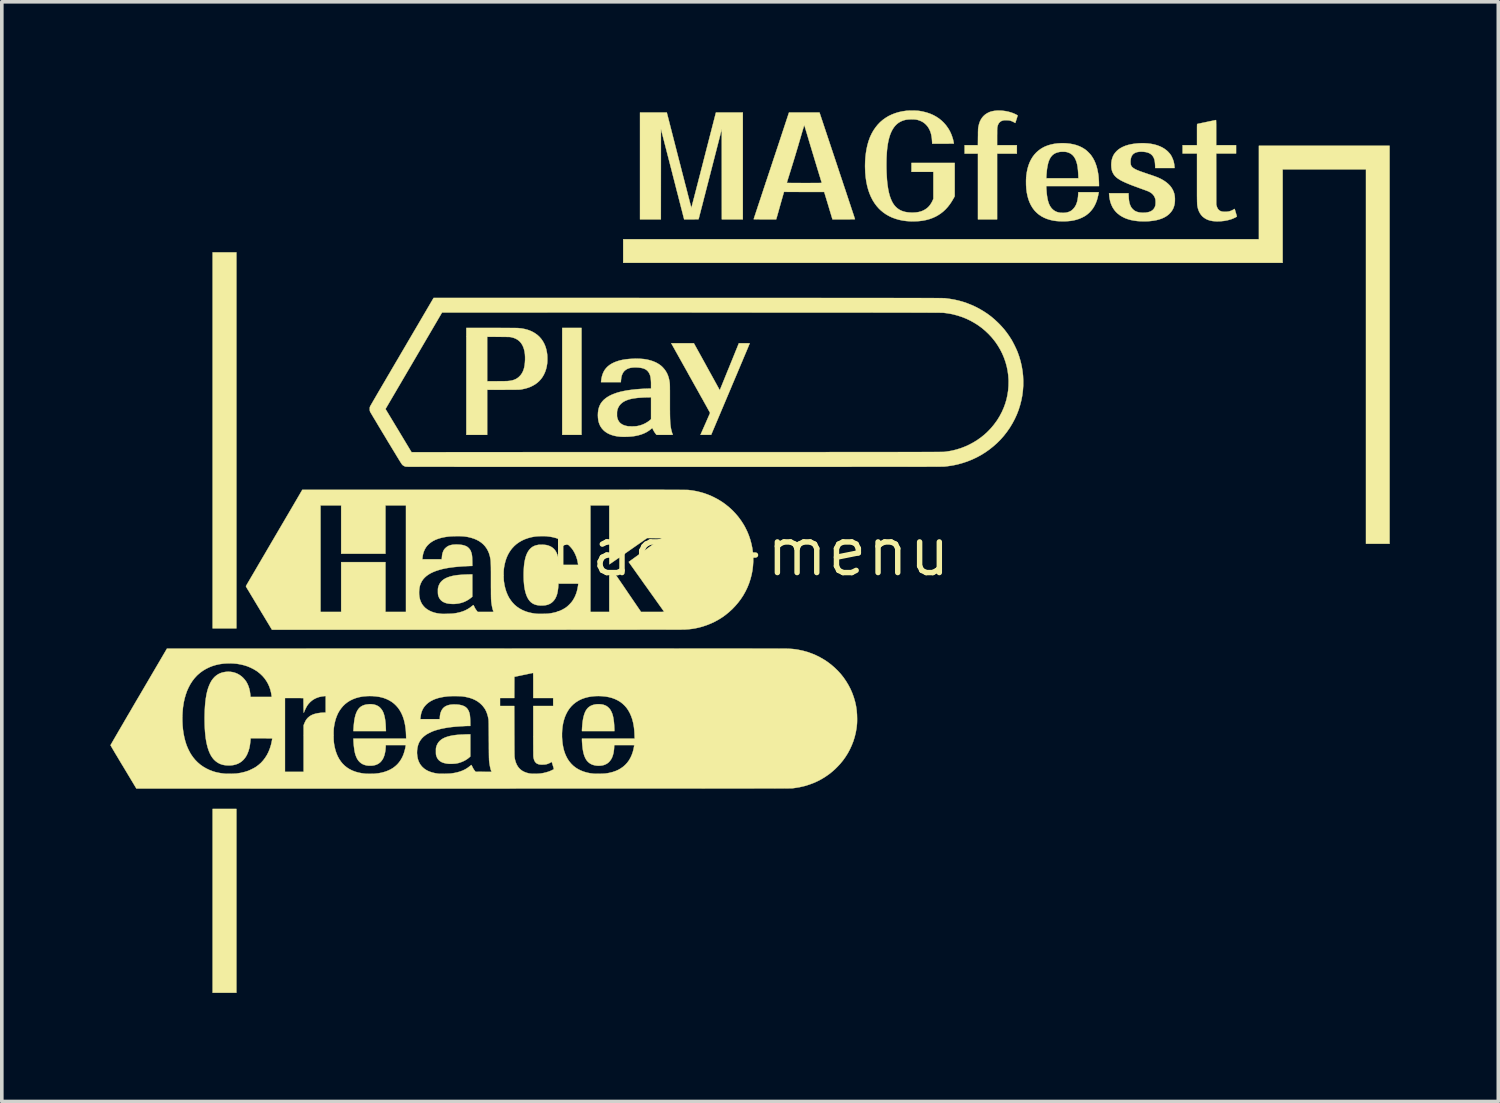
<source format=kicad_pcb>
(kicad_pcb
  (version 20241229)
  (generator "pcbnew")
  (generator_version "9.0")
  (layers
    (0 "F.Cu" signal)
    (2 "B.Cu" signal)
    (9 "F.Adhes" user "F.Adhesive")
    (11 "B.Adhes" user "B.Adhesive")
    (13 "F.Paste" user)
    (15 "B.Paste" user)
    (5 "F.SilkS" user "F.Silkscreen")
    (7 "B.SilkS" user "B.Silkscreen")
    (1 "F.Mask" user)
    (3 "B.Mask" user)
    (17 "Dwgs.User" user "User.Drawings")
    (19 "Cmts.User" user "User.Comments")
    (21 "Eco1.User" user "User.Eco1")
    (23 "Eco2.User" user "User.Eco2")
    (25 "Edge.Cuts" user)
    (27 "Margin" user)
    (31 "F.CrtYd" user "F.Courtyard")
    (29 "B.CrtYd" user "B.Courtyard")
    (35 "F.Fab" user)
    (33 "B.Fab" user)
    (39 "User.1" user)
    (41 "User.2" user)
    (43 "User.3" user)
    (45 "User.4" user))
  (footprint "back-menu"
    (layer "F.Cu")
    (at 17.677 12.193)
    (property "Reference" "back-menu" (at 0 0 0) (layer "F.SilkS") (effects (font (size 1.27 1.27) (thickness 0.15))))
    (attr through_hole)
    (fp_poly (pts (xy -14.194 2.121) (xy -14.851 2.121) (xy -14.851 -8.268) (xy -14.194 -8.268) (xy -14.194 2.121)) (stroke (width 0.01) (type solid)) (fill yes) (layer "F.SilkS"))
    (fp_poly (pts (xy -14.194 12.192) (xy -14.851 12.192) (xy -14.851 7.112) (xy -14.194 7.112) (xy -14.194 12.192)) (stroke (width 0.01) (type solid)) (fill yes) (layer "F.SilkS"))
    (fp_poly (pts (xy -4.657 -3.226) (xy -5.19 -3.226) (xy -5.19 -6.181) (xy -4.657 -6.181) (xy -4.657 -3.226)) (stroke (width 0.01) (type solid)) (fill yes) (layer "F.SilkS"))
    (fp_poly (pts (xy 17.674 -0.216) (xy 17.022 -0.216) (xy 17.022 -10.562) (xy 14.719 -10.562) (xy 14.719 -7.98) (xy -3.505 -7.98) (xy -3.505 -8.632) (xy 14.063 -8.632) (xy 14.063 -11.214) (xy 17.674 -11.214) (xy 17.674 -0.216)) (stroke (width 0.01) (type solid)) (fill yes) (layer "F.SilkS"))
    (fp_poly (pts (xy -10.403 4.225) (xy -10.349 4.239) (xy -10.299 4.26) (xy -10.254 4.287) (xy -10.249 4.291) (xy -10.227 4.311) (xy -10.203 4.336) (xy -10.181 4.365) (xy -10.161 4.394) (xy -10.158 4.4) (xy -10.139 4.437) (xy -10.123 4.479) (xy -10.109 4.524) (xy -10.097 4.575) (xy -10.086 4.632) (xy -10.078 4.694) (xy -10.071 4.764) (xy -10.067 4.841) (xy -10.065 4.886) (xy -10.062 4.961) (xy -10.961 4.961) (xy -10.958 4.916) (xy -10.953 4.839) (xy -10.947 4.769) (xy -10.94 4.707) (xy -10.932 4.65) (xy -10.923 4.6) (xy -10.912 4.554) (xy -10.9 4.511) (xy -10.897 4.5) (xy -10.875 4.442) (xy -10.849 4.391) (xy -10.819 4.347) (xy -10.785 4.31) (xy -10.746 4.28) (xy -10.702 4.256) (xy -10.653 4.238) (xy -10.597 4.226) (xy -10.535 4.219) (xy -10.525 4.218) (xy -10.462 4.218) (xy -10.403 4.225)) (stroke (width 0.01) (type solid)) (fill yes) (layer "F.SilkS"))
    (fp_poly (pts (xy -4.14 4.219) (xy -4.088 4.225) (xy -4.04 4.237) (xy -3.995 4.254) (xy -3.971 4.266) (xy -3.946 4.283) (xy -3.919 4.305) (xy -3.894 4.33) (xy -3.872 4.355) (xy -3.867 4.362) (xy -3.845 4.398) (xy -3.825 4.438) (xy -3.807 4.482) (xy -3.792 4.531) (xy -3.78 4.585) (xy -3.77 4.646) (xy -3.761 4.713) (xy -3.755 4.787) (xy -3.751 4.869) (xy -3.749 4.912) (xy -3.748 4.961) (xy -4.644 4.961) (xy -4.644 4.937) (xy -4.644 4.921) (xy -4.642 4.899) (xy -4.641 4.871) (xy -4.638 4.84) (xy -4.636 4.808) (xy -4.633 4.775) (xy -4.63 4.745) (xy -4.627 4.718) (xy -4.625 4.7) (xy -4.613 4.624) (xy -4.598 4.555) (xy -4.58 4.494) (xy -4.559 4.439) (xy -4.535 4.392) (xy -4.507 4.351) (xy -4.476 4.316) (xy -4.44 4.287) (xy -4.401 4.263) (xy -4.396 4.261) (xy -4.35 4.242) (xy -4.301 4.229) (xy -4.248 4.22) (xy -4.194 4.217) (xy -4.14 4.219)) (stroke (width 0.01) (type solid)) (fill yes) (layer "F.SilkS"))
    (fp_poly (pts (xy -7.675 1.247) (xy -7.705 1.272) (xy -7.769 1.32) (xy -7.836 1.36) (xy -7.907 1.393) (xy -7.982 1.418) (xy -8.06 1.435) (xy -8.126 1.443) (xy -8.156 1.446) (xy -8.184 1.447) (xy -8.211 1.447) (xy -8.241 1.446) (xy -8.276 1.444) (xy -8.283 1.443) (xy -8.346 1.436) (xy -8.403 1.423) (xy -8.453 1.404) (xy -8.497 1.381) (xy -8.535 1.351) (xy -8.566 1.316) (xy -8.591 1.276) (xy -8.611 1.229) (xy -8.616 1.213) (xy -8.619 1.199) (xy -8.621 1.186) (xy -8.623 1.171) (xy -8.624 1.153) (xy -8.625 1.13) (xy -8.625 1.101) (xy -8.625 1.071) (xy -8.625 1.048) (xy -8.624 1.03) (xy -8.622 1.015) (xy -8.62 1.001) (xy -8.616 0.986) (xy -8.616 0.985) (xy -8.599 0.933) (xy -8.576 0.886) (xy -8.547 0.843) (xy -8.51 0.805) (xy -8.468 0.771) (xy -8.418 0.741) (xy -8.361 0.715) (xy -8.297 0.693) (xy -8.225 0.674) (xy -8.201 0.669) (xy -8.158 0.661) (xy -8.112 0.654) (xy -8.063 0.648) (xy -8.01 0.644) (xy -7.951 0.639) (xy -7.887 0.636) (xy -7.815 0.633) (xy -7.782 0.632) (xy -7.675 0.63) (xy -7.675 1.247)) (stroke (width 0.01) (type solid)) (fill yes) (layer "F.SilkS"))
    (fp_poly (pts (xy -7.73 5.663) (xy -7.749 5.68) (xy -7.801 5.723) (xy -7.859 5.761) (xy -7.922 5.794) (xy -7.988 5.821) (xy -8.056 5.843) (xy -8.126 5.857) (xy -8.126 5.857) (xy -8.157 5.86) (xy -8.195 5.863) (xy -8.235 5.865) (xy -8.275 5.865) (xy -8.313 5.865) (xy -8.341 5.863) (xy -8.385 5.858) (xy -8.428 5.849) (xy -8.468 5.839) (xy -8.504 5.826) (xy -8.514 5.822) (xy -8.557 5.798) (xy -8.593 5.77) (xy -8.623 5.737) (xy -8.647 5.699) (xy -8.665 5.654) (xy -8.671 5.637) (xy -8.674 5.624) (xy -8.677 5.613) (xy -8.678 5.601) (xy -8.679 5.586) (xy -8.68 5.568) (xy -8.68 5.544) (xy -8.68 5.516) (xy -8.68 5.486) (xy -8.68 5.463) (xy -8.679 5.446) (xy -8.678 5.432) (xy -8.676 5.42) (xy -8.673 5.408) (xy -8.67 5.396) (xy -8.668 5.391) (xy -8.652 5.345) (xy -8.631 5.304) (xy -8.607 5.268) (xy -8.576 5.234) (xy -8.572 5.23) (xy -8.532 5.196) (xy -8.485 5.166) (xy -8.431 5.14) (xy -8.37 5.118) (xy -8.302 5.099) (xy -8.226 5.083) (xy -8.143 5.071) (xy -8.067 5.063) (xy -8.045 5.062) (xy -8.017 5.06) (xy -7.983 5.058) (xy -7.947 5.057) (xy -7.909 5.055) (xy -7.872 5.053) (xy -7.836 5.052) (xy -7.804 5.051) (xy -7.778 5.051) (xy -7.763 5.05) (xy -7.73 5.05) (xy -7.73 5.663)) (stroke (width 0.01) (type solid)) (fill yes) (layer "F.SilkS"))
    (fp_poly (pts (xy 6.969 -12.184) (xy 7.062 -12.172) (xy 7.151 -12.153) (xy 7.238 -12.127) (xy 7.274 -12.113) (xy 7.298 -12.103) (xy 7.321 -12.093) (xy 7.343 -12.082) (xy 7.363 -12.072) (xy 7.379 -12.063) (xy 7.391 -12.055) (xy 7.396 -12.051) (xy 7.396 -12.05) (xy 7.394 -12.045) (xy 7.391 -12.034) (xy 7.386 -12.017) (xy 7.379 -11.996) (xy 7.372 -11.972) (xy 7.364 -11.947) (xy 7.356 -11.923) (xy 7.348 -11.899) (xy 7.341 -11.878) (xy 7.336 -11.861) (xy 7.332 -11.85) (xy 7.33 -11.845) (xy 7.33 -11.845) (xy 7.326 -11.847) (xy 7.317 -11.851) (xy 7.308 -11.857) (xy 7.282 -11.872) (xy 7.251 -11.887) (xy 7.218 -11.9) (xy 7.192 -11.909) (xy 7.176 -11.913) (xy 7.159 -11.916) (xy 7.139 -11.918) (xy 7.113 -11.919) (xy 7.093 -11.92) (xy 7.065 -11.921) (xy 7.045 -11.921) (xy 7.028 -11.92) (xy 7.015 -11.918) (xy 7.001 -11.916) (xy 6.989 -11.913) (xy 6.95 -11.9) (xy 6.917 -11.88) (xy 6.889 -11.855) (xy 6.867 -11.823) (xy 6.849 -11.784) (xy 6.837 -11.739) (xy 6.835 -11.73) (xy 6.833 -11.72) (xy 6.832 -11.71) (xy 6.831 -11.698) (xy 6.83 -11.684) (xy 6.83 -11.666) (xy 6.829 -11.645) (xy 6.829 -11.619) (xy 6.829 -11.587) (xy 6.829 -11.548) (xy 6.828 -11.503) (xy 6.828 -11.465) (xy 6.828 -11.231) (xy 7.374 -11.231) (xy 7.374 -10.998) (xy 6.828 -10.998) (xy 6.828 -9.182) (xy 6.299 -9.182) (xy 6.299 -10.998) (xy 5.931 -10.998) (xy 5.931 -11.231) (xy 6.298 -11.231) (xy 6.3 -11.459) (xy 6.301 -11.509) (xy 6.301 -11.551) (xy 6.301 -11.587) (xy 6.302 -11.617) (xy 6.303 -11.642) (xy 6.303 -11.662) (xy 6.304 -11.679) (xy 6.305 -11.694) (xy 6.307 -11.706) (xy 6.308 -11.718) (xy 6.31 -11.73) (xy 6.312 -11.739) (xy 6.328 -11.81) (xy 6.349 -11.875) (xy 6.377 -11.934) (xy 6.41 -11.986) (xy 6.448 -12.032) (xy 6.493 -12.073) (xy 6.525 -12.096) (xy 6.576 -12.126) (xy 6.629 -12.15) (xy 6.687 -12.167) (xy 6.75 -12.179) (xy 6.818 -12.186) (xy 6.876 -12.188) (xy 6.969 -12.184)) (stroke (width 0.01) (type solid)) (fill yes) (layer "F.SilkS"))
    (fp_poly (pts (xy -1.963 -10.817) (xy -1.936 -10.714) (xy -1.91 -10.613) (xy -1.885 -10.514) (xy -1.86 -10.418) (xy -1.836 -10.325) (xy -1.813 -10.235) (xy -1.791 -10.149) (xy -1.769 -10.067) (xy -1.749 -9.989) (xy -1.73 -9.915) (xy -1.713 -9.847) (xy -1.696 -9.784) (xy -1.681 -9.726) (xy -1.668 -9.674) (xy -1.656 -9.628) (xy -1.646 -9.589) (xy -1.637 -9.556) (xy -1.63 -9.531) (xy -1.626 -9.512) (xy -1.623 -9.502) (xy -1.622 -9.499) (xy -1.621 -9.503) (xy -1.617 -9.514) (xy -1.612 -9.534) (xy -1.605 -9.56) (xy -1.596 -9.594) (xy -1.586 -9.634) (xy -1.573 -9.681) (xy -1.56 -9.733) (xy -1.544 -9.792) (xy -1.528 -9.856) (xy -1.51 -9.925) (xy -1.491 -9.998) (xy -1.471 -10.077) (xy -1.449 -10.16) (xy -1.427 -10.246) (xy -1.404 -10.336) (xy -1.379 -10.43) (xy -1.355 -10.526) (xy -1.329 -10.626) (xy -1.303 -10.727) (xy -1.281 -10.814) (xy -0.942 -12.133) (xy -0.57 -12.133) (xy -0.199 -12.133) (xy -0.199 -9.182) (xy -0.779 -9.182) (xy -0.78 -10.43) (xy -0.781 -11.677) (xy -1.1 -10.435) (xy -1.126 -10.334) (xy -1.151 -10.236) (xy -1.176 -10.14) (xy -1.2 -10.047) (xy -1.223 -9.957) (xy -1.245 -9.87) (xy -1.267 -9.787) (xy -1.287 -9.708) (xy -1.306 -9.633) (xy -1.324 -9.563) (xy -1.341 -9.498) (xy -1.357 -9.438) (xy -1.37 -9.384) (xy -1.383 -9.336) (xy -1.394 -9.294) (xy -1.403 -9.258) (xy -1.41 -9.229) (xy -1.416 -9.208) (xy -1.42 -9.194) (xy -1.421 -9.188) (xy -1.421 -9.187) (xy -1.424 -9.186) (xy -1.43 -9.185) (xy -1.44 -9.184) (xy -1.456 -9.183) (xy -1.477 -9.183) (xy -1.504 -9.183) (xy -1.538 -9.182) (xy -1.58 -9.182) (xy -1.622 -9.182) (xy -1.82 -9.182) (xy -1.824 -9.196) (xy -1.825 -9.201) (xy -1.828 -9.214) (xy -1.834 -9.235) (xy -1.841 -9.263) (xy -1.85 -9.297) (xy -1.86 -9.339) (xy -1.873 -9.386) (xy -1.886 -9.44) (xy -1.902 -9.499) (xy -1.918 -9.564) (xy -1.936 -9.633) (xy -1.955 -9.707) (xy -1.975 -9.786) (xy -1.996 -9.868) (xy -2.019 -9.955) (xy -2.042 -10.044) (xy -2.065 -10.137) (xy -2.09 -10.233) (xy -2.115 -10.331) (xy -2.141 -10.431) (xy -2.144 -10.445) (xy -2.462 -11.68) (xy -2.463 -10.431) (xy -2.464 -9.182) (xy -3.04 -9.182) (xy -3.04 -12.133) (xy -2.3 -12.133) (xy -1.963 -10.817)) (stroke (width 0.01) (type solid)) (fill yes) (layer "F.SilkS"))
    (fp_poly (pts (xy -0.124 -5.757) (xy -0.092 -5.757) (xy -0.064 -5.757) (xy -0.04 -5.756) (xy -0.023 -5.756) (xy -0.012 -5.755) (xy -0.008 -5.754) (xy -0.01 -5.75) (xy -0.015 -5.738) (xy -0.023 -5.72) (xy -0.034 -5.694) (xy -0.047 -5.661) (xy -0.063 -5.623) (xy -0.082 -5.578) (xy -0.103 -5.527) (xy -0.127 -5.471) (xy -0.153 -5.41) (xy -0.181 -5.344) (xy -0.21 -5.273) (xy -0.242 -5.199) (xy -0.275 -5.12) (xy -0.31 -5.037) (xy -0.346 -4.951) (xy -0.384 -4.861) (xy -0.423 -4.769) (xy -0.463 -4.675) (xy -0.504 -4.578) (xy -0.541 -4.489) (xy -1.074 -3.228) (xy -1.221 -3.227) (xy -1.255 -3.227) (xy -1.286 -3.227) (xy -1.314 -3.227) (xy -1.337 -3.227) (xy -1.354 -3.227) (xy -1.364 -3.228) (xy -1.367 -3.228) (xy -1.366 -3.233) (xy -1.361 -3.244) (xy -1.353 -3.262) (xy -1.343 -3.286) (xy -1.33 -3.315) (xy -1.315 -3.349) (xy -1.298 -3.387) (xy -1.28 -3.429) (xy -1.26 -3.473) (xy -1.24 -3.52) (xy -1.235 -3.53) (xy -1.214 -3.577) (xy -1.195 -3.622) (xy -1.176 -3.665) (xy -1.159 -3.704) (xy -1.144 -3.739) (xy -1.13 -3.769) (xy -1.12 -3.794) (xy -1.111 -3.814) (xy -1.106 -3.827) (xy -1.104 -3.833) (xy -1.104 -3.833) (xy -1.106 -3.837) (xy -1.112 -3.848) (xy -1.121 -3.866) (xy -1.135 -3.89) (xy -1.152 -3.921) (xy -1.172 -3.957) (xy -1.195 -3.999) (xy -1.221 -4.046) (xy -1.25 -4.098) (xy -1.282 -4.155) (xy -1.315 -4.216) (xy -1.352 -4.28) (xy -1.39 -4.349) (xy -1.43 -4.421) (xy -1.472 -4.496) (xy -1.515 -4.573) (xy -1.56 -4.653) (xy -1.606 -4.736) (xy -1.635 -4.788) (xy -1.682 -4.871) (xy -1.727 -4.953) (xy -1.771 -5.032) (xy -1.814 -5.109) (xy -1.856 -5.183) (xy -1.895 -5.254) (xy -1.933 -5.321) (xy -1.969 -5.385) (xy -2.002 -5.445) (xy -2.033 -5.5) (xy -2.061 -5.55) (xy -2.086 -5.596) (xy -2.109 -5.636) (xy -2.128 -5.67) (xy -2.144 -5.699) (xy -2.156 -5.721) (xy -2.165 -5.737) (xy -2.17 -5.746) (xy -2.171 -5.748) (xy -2.176 -5.757) (xy -1.864 -5.757) (xy -1.552 -5.757) (xy -1.239 -5.191) (xy -1.203 -5.125) (xy -1.168 -5.061) (xy -1.133 -4.997) (xy -1.099 -4.936) (xy -1.067 -4.878) (xy -1.036 -4.822) (xy -1.007 -4.77) (xy -0.981 -4.722) (xy -0.957 -4.678) (xy -0.935 -4.639) (xy -0.917 -4.606) (xy -0.902 -4.578) (xy -0.89 -4.557) (xy -0.882 -4.543) (xy -0.882 -4.542) (xy -0.836 -4.458) (xy -0.608 -5.02) (xy -0.58 -5.087) (xy -0.553 -5.154) (xy -0.527 -5.219) (xy -0.501 -5.281) (xy -0.477 -5.341) (xy -0.454 -5.398) (xy -0.432 -5.451) (xy -0.413 -5.5) (xy -0.395 -5.544) (xy -0.379 -5.582) (xy -0.366 -5.615) (xy -0.355 -5.641) (xy -0.347 -5.661) (xy -0.344 -5.669) (xy -0.308 -5.757) (xy -0.158 -5.757) (xy -0.124 -5.757)) (stroke (width 0.01) (type solid)) (fill yes) (layer "F.SilkS"))
    (fp_poly (pts (xy -7.052 -6.181) (xy -6.961 -6.181) (xy -6.876 -6.18) (xy -6.797 -6.18) (xy -6.725 -6.18) (xy -6.659 -6.18) (xy -6.6 -6.179) (xy -6.549 -6.179) (xy -6.504 -6.179) (xy -6.467 -6.178) (xy -6.438 -6.178) (xy -6.417 -6.177) (xy -6.403 -6.176) (xy -6.402 -6.176) (xy -6.308 -6.166) (xy -6.22 -6.149) (xy -6.137 -6.126) (xy -6.059 -6.096) (xy -5.987 -6.061) (xy -5.935 -6.029) (xy -5.872 -5.983) (xy -5.816 -5.931) (xy -5.766 -5.873) (xy -5.723 -5.81) (xy -5.686 -5.742) (xy -5.655 -5.669) (xy -5.631 -5.59) (xy -5.614 -5.506) (xy -5.607 -5.459) (xy -5.604 -5.428) (xy -5.602 -5.393) (xy -5.601 -5.353) (xy -5.601 -5.313) (xy -5.601 -5.274) (xy -5.603 -5.238) (xy -5.605 -5.208) (xy -5.605 -5.204) (xy -5.618 -5.12) (xy -5.637 -5.041) (xy -5.663 -4.965) (xy -5.695 -4.894) (xy -5.733 -4.828) (xy -5.777 -4.767) (xy -5.827 -4.712) (xy -5.878 -4.666) (xy -5.938 -4.622) (xy -6.002 -4.585) (xy -6.069 -4.552) (xy -6.142 -4.525) (xy -6.22 -4.503) (xy -6.304 -4.485) (xy -6.322 -4.482) (xy -6.332 -4.48) (xy -6.34 -4.479) (xy -6.35 -4.478) (xy -6.36 -4.477) (xy -6.371 -4.476) (xy -6.384 -4.475) (xy -6.4 -4.475) (xy -6.419 -4.474) (xy -6.441 -4.474) (xy -6.468 -4.473) (xy -6.499 -4.473) (xy -6.536 -4.473) (xy -6.578 -4.472) (xy -6.626 -4.472) (xy -6.681 -4.472) (xy -6.744 -4.472) (xy -6.814 -4.471) (xy -6.821 -4.471) (xy -7.264 -4.47) (xy -7.264 -3.226) (xy -7.84 -3.226) (xy -7.84 -4.707) (xy -7.264 -4.707) (xy -7.016 -4.707) (xy -6.968 -4.708) (xy -6.921 -4.708) (xy -6.876 -4.708) (xy -6.834 -4.709) (xy -6.795 -4.709) (xy -6.761 -4.71) (xy -6.733 -4.71) (xy -6.711 -4.711) (xy -6.701 -4.712) (xy -6.635 -4.719) (xy -6.574 -4.73) (xy -6.52 -4.747) (xy -6.47 -4.769) (xy -6.425 -4.797) (xy -6.384 -4.83) (xy -6.371 -4.843) (xy -6.335 -4.882) (xy -6.305 -4.925) (xy -6.279 -4.973) (xy -6.258 -5.026) (xy -6.241 -5.084) (xy -6.229 -5.148) (xy -6.221 -5.219) (xy -6.216 -5.297) (xy -6.216 -5.298) (xy -6.216 -5.382) (xy -6.221 -5.461) (xy -6.232 -5.534) (xy -6.249 -5.602) (xy -6.271 -5.663) (xy -6.298 -5.718) (xy -6.331 -5.767) (xy -6.362 -5.803) (xy -6.399 -5.836) (xy -6.44 -5.864) (xy -6.485 -5.888) (xy -6.536 -5.907) (xy -6.594 -5.923) (xy -6.596 -5.924) (xy -6.604 -5.925) (xy -6.612 -5.927) (xy -6.62 -5.928) (xy -6.629 -5.929) (xy -6.641 -5.93) (xy -6.655 -5.931) (xy -6.672 -5.931) (xy -6.693 -5.932) (xy -6.718 -5.932) (xy -6.748 -5.933) (xy -6.784 -5.933) (xy -6.827 -5.933) (xy -6.876 -5.934) (xy -6.933 -5.934) (xy -6.95 -5.934) (xy -7.264 -5.936) (xy -7.264 -4.707) (xy -7.84 -4.707) (xy -7.84 -6.181) (xy -7.149 -6.181) (xy -7.052 -6.181)) (stroke (width 0.01) (type solid)) (fill yes) (layer "F.SilkS"))
    (fp_poly (pts (xy 12.877 -11.924) (xy 12.878 -11.92) (xy 12.879 -11.912) (xy 12.88 -11.901) (xy 12.88 -11.885) (xy 12.881 -11.864) (xy 12.881 -11.838) (xy 12.882 -11.806) (xy 12.882 -11.768) (xy 12.882 -11.723) (xy 12.882 -11.671) (xy 12.882 -11.611) (xy 12.882 -11.578) (xy 12.882 -11.231) (xy 13.432 -11.231) (xy 13.432 -11.002) (xy 12.882 -11.002) (xy 12.883 -10.297) (xy 12.884 -9.591) (xy 12.894 -9.555) (xy 12.908 -9.512) (xy 12.926 -9.476) (xy 12.948 -9.448) (xy 12.974 -9.425) (xy 13.006 -9.408) (xy 13.043 -9.397) (xy 13.053 -9.395) (xy 13.08 -9.392) (xy 13.113 -9.39) (xy 13.149 -9.39) (xy 13.184 -9.393) (xy 13.217 -9.397) (xy 13.244 -9.402) (xy 13.272 -9.411) (xy 13.303 -9.423) (xy 13.335 -9.438) (xy 13.363 -9.454) (xy 13.37 -9.458) (xy 13.381 -9.465) (xy 13.389 -9.469) (xy 13.392 -9.469) (xy 13.394 -9.465) (xy 13.397 -9.453) (xy 13.403 -9.437) (xy 13.409 -9.416) (xy 13.416 -9.392) (xy 13.424 -9.367) (xy 13.431 -9.341) (xy 13.438 -9.317) (xy 13.444 -9.296) (xy 13.449 -9.279) (xy 13.452 -9.267) (xy 13.454 -9.262) (xy 13.45 -9.257) (xy 13.439 -9.249) (xy 13.424 -9.24) (xy 13.404 -9.23) (xy 13.381 -9.219) (xy 13.356 -9.208) (xy 13.331 -9.197) (xy 13.306 -9.188) (xy 13.291 -9.183) (xy 13.2 -9.157) (xy 13.106 -9.139) (xy 13.008 -9.129) (xy 12.909 -9.126) (xy 12.863 -9.128) (xy 12.789 -9.134) (xy 12.721 -9.147) (xy 12.658 -9.166) (xy 12.601 -9.192) (xy 12.55 -9.224) (xy 12.504 -9.261) (xy 12.465 -9.305) (xy 12.431 -9.355) (xy 12.403 -9.411) (xy 12.381 -9.472) (xy 12.37 -9.519) (xy 12.368 -9.529) (xy 12.366 -9.539) (xy 12.364 -9.549) (xy 12.362 -9.56) (xy 12.361 -9.571) (xy 12.36 -9.584) (xy 12.358 -9.599) (xy 12.357 -9.615) (xy 12.357 -9.634) (xy 12.356 -9.656) (xy 12.355 -9.682) (xy 12.355 -9.711) (xy 12.354 -9.745) (xy 12.354 -9.783) (xy 12.353 -9.827) (xy 12.353 -9.876) (xy 12.353 -9.93) (xy 12.353 -9.992) (xy 12.353 -10.059) (xy 12.353 -10.134) (xy 12.353 -10.217) (xy 12.353 -10.308) (xy 12.353 -11.002) (xy 11.955 -11.002) (xy 11.955 -11.231) (xy 12.353 -11.231) (xy 12.353 -11.523) (xy 12.353 -11.58) (xy 12.353 -11.629) (xy 12.353 -11.67) (xy 12.353 -11.705) (xy 12.353 -11.734) (xy 12.354 -11.758) (xy 12.354 -11.776) (xy 12.355 -11.79) (xy 12.355 -11.801) (xy 12.356 -11.808) (xy 12.357 -11.813) (xy 12.358 -11.815) (xy 12.36 -11.817) (xy 12.36 -11.817) (xy 12.366 -11.818) (xy 12.38 -11.821) (xy 12.399 -11.826) (xy 12.424 -11.831) (xy 12.454 -11.837) (xy 12.488 -11.845) (xy 12.525 -11.852) (xy 12.564 -11.86) (xy 12.603 -11.869) (xy 12.644 -11.877) (xy 12.683 -11.886) (xy 12.722 -11.894) (xy 12.758 -11.901) (xy 12.79 -11.908) (xy 12.819 -11.914) (xy 12.843 -11.919) (xy 12.861 -11.922) (xy 12.873 -11.925) (xy 12.876 -11.925) (xy 12.877 -11.924)) (stroke (width 0.01) (type solid)) (fill yes) (layer "F.SilkS"))
    (fp_poly (pts (xy 8.686 -11.285) (xy 8.744 -11.282) (xy 8.84 -11.272) (xy 8.931 -11.255) (xy 9.016 -11.233) (xy 9.095 -11.204) (xy 9.17 -11.169) (xy 9.238 -11.128) (xy 9.286 -11.094) (xy 9.307 -11.076) (xy 9.331 -11.054) (xy 9.356 -11.029) (xy 9.381 -11.003) (xy 9.404 -10.978) (xy 9.422 -10.957) (xy 9.424 -10.954) (xy 9.47 -10.886) (xy 9.511 -10.813) (xy 9.546 -10.733) (xy 9.576 -10.647) (xy 9.6 -10.554) (xy 9.619 -10.455) (xy 9.629 -10.389) (xy 9.631 -10.364) (xy 9.634 -10.333) (xy 9.636 -10.298) (xy 9.639 -10.261) (xy 9.641 -10.224) (xy 9.642 -10.188) (xy 9.643 -10.157) (xy 9.643 -10.134) (xy 9.644 -10.101) (xy 8.187 -10.101) (xy 8.187 -10.081) (xy 8.188 -10.069) (xy 8.188 -10.052) (xy 8.189 -10.029) (xy 8.191 -10.005) (xy 8.192 -9.993) (xy 8.198 -9.91) (xy 8.207 -9.834) (xy 8.218 -9.766) (xy 8.231 -9.705) (xy 8.247 -9.65) (xy 8.265 -9.601) (xy 8.286 -9.558) (xy 8.31 -9.519) (xy 8.337 -9.484) (xy 8.348 -9.473) (xy 8.387 -9.437) (xy 8.429 -9.409) (xy 8.476 -9.387) (xy 8.527 -9.372) (xy 8.583 -9.363) (xy 8.644 -9.361) (xy 8.665 -9.361) (xy 8.713 -9.364) (xy 8.755 -9.371) (xy 8.794 -9.382) (xy 8.831 -9.396) (xy 8.849 -9.405) (xy 8.867 -9.415) (xy 8.884 -9.426) (xy 8.899 -9.438) (xy 8.916 -9.454) (xy 8.928 -9.466) (xy 8.959 -9.501) (xy 8.986 -9.54) (xy 9.009 -9.583) (xy 9.028 -9.631) (xy 9.044 -9.684) (xy 9.056 -9.744) (xy 9.065 -9.81) (xy 9.07 -9.882) (xy 9.073 -9.931) (xy 9.636 -9.931) (xy 9.633 -9.911) (xy 9.627 -9.879) (xy 9.62 -9.841) (xy 9.61 -9.801) (xy 9.6 -9.761) (xy 9.59 -9.725) (xy 9.585 -9.707) (xy 9.554 -9.626) (xy 9.517 -9.551) (xy 9.475 -9.482) (xy 9.426 -9.42) (xy 9.372 -9.363) (xy 9.312 -9.312) (xy 9.246 -9.267) (xy 9.173 -9.229) (xy 9.095 -9.196) (xy 9.011 -9.169) (xy 8.943 -9.153) (xy 8.869 -9.14) (xy 8.788 -9.132) (xy 8.702 -9.127) (xy 8.612 -9.127) (xy 8.566 -9.128) (xy 8.468 -9.135) (xy 8.375 -9.148) (xy 8.286 -9.169) (xy 8.203 -9.195) (xy 8.124 -9.228) (xy 8.05 -9.268) (xy 7.996 -9.304) (xy 7.971 -9.323) (xy 7.943 -9.347) (xy 7.914 -9.373) (xy 7.887 -9.4) (xy 7.863 -9.426) (xy 7.853 -9.438) (xy 7.804 -9.504) (xy 7.761 -9.577) (xy 7.724 -9.655) (xy 7.693 -9.739) (xy 7.668 -9.829) (xy 7.649 -9.924) (xy 7.636 -10.025) (xy 7.629 -10.131) (xy 7.628 -10.242) (xy 7.629 -10.284) (xy 7.631 -10.317) (xy 8.187 -10.317) (xy 9.076 -10.317) (xy 9.074 -10.371) (xy 9.071 -10.436) (xy 9.067 -10.493) (xy 9.063 -10.544) (xy 9.058 -10.59) (xy 9.053 -10.632) (xy 9.046 -10.671) (xy 9.04 -10.702) (xy 9.022 -10.768) (xy 9 -10.826) (xy 8.974 -10.878) (xy 8.944 -10.923) (xy 8.909 -10.961) (xy 8.869 -10.992) (xy 8.824 -11.017) (xy 8.774 -11.035) (xy 8.744 -11.043) (xy 8.716 -11.047) (xy 8.683 -11.05) (xy 8.647 -11.05) (xy 8.609 -11.049) (xy 8.573 -11.047) (xy 8.542 -11.042) (xy 8.537 -11.041) (xy 8.486 -11.028) (xy 8.441 -11.011) (xy 8.4 -10.988) (xy 8.363 -10.96) (xy 8.331 -10.926) (xy 8.302 -10.886) (xy 8.277 -10.84) (xy 8.255 -10.787) (xy 8.237 -10.727) (xy 8.222 -10.659) (xy 8.209 -10.584) (xy 8.206 -10.564) (xy 8.204 -10.544) (xy 8.201 -10.519) (xy 8.199 -10.491) (xy 8.196 -10.46) (xy 8.193 -10.43) (xy 8.191 -10.4) (xy 8.189 -10.373) (xy 8.188 -10.351) (xy 8.187 -10.336) (xy 8.187 -10.333) (xy 8.187 -10.317) (xy 7.631 -10.317) (xy 7.636 -10.387) (xy 7.65 -10.486) (xy 7.669 -10.58) (xy 7.695 -10.669) (xy 7.726 -10.752) (xy 7.764 -10.83) (xy 7.807 -10.902) (xy 7.856 -10.968) (xy 7.911 -11.028) (xy 7.972 -11.082) (xy 8.037 -11.13) (xy 8.109 -11.172) (xy 8.153 -11.193) (xy 8.231 -11.224) (xy 8.314 -11.248) (xy 8.402 -11.267) (xy 8.493 -11.279) (xy 8.588 -11.285) (xy 8.686 -11.285)) (stroke (width 0.01) (type solid)) (fill yes) (layer "F.SilkS"))
    (fp_poly (pts (xy 4.514 -12.187) (xy 4.557 -12.186) (xy 4.597 -12.184) (xy 4.634 -12.182) (xy 4.664 -12.179) (xy 4.676 -12.178) (xy 4.779 -12.159) (xy 4.878 -12.134) (xy 4.971 -12.103) (xy 5.059 -12.065) (xy 5.142 -12.02) (xy 5.219 -11.97) (xy 5.29 -11.913) (xy 5.356 -11.85) (xy 5.416 -11.781) (xy 5.47 -11.706) (xy 5.505 -11.65) (xy 5.536 -11.59) (xy 5.565 -11.525) (xy 5.589 -11.457) (xy 5.61 -11.39) (xy 5.624 -11.325) (xy 5.626 -11.316) (xy 5.629 -11.3) (xy 5.631 -11.288) (xy 5.633 -11.281) (xy 5.633 -11.279) (xy 5.632 -11.278) (xy 5.629 -11.277) (xy 5.624 -11.276) (xy 5.616 -11.275) (xy 5.605 -11.275) (xy 5.589 -11.274) (xy 5.569 -11.274) (xy 5.544 -11.274) (xy 5.513 -11.274) (xy 5.476 -11.273) (xy 5.432 -11.273) (xy 5.38 -11.273) (xy 5.335 -11.273) (xy 5.035 -11.273) (xy 5.03 -11.353) (xy 5.025 -11.42) (xy 5.016 -11.479) (xy 5.005 -11.534) (xy 4.991 -11.584) (xy 4.973 -11.632) (xy 4.969 -11.64) (xy 4.939 -11.7) (xy 4.903 -11.754) (xy 4.861 -11.801) (xy 4.815 -11.842) (xy 4.763 -11.877) (xy 4.707 -11.904) (xy 4.668 -11.918) (xy 4.631 -11.93) (xy 4.593 -11.938) (xy 4.553 -11.943) (xy 4.509 -11.945) (xy 4.46 -11.946) (xy 4.439 -11.945) (xy 4.381 -11.942) (xy 4.33 -11.937) (xy 4.283 -11.928) (xy 4.239 -11.915) (xy 4.196 -11.899) (xy 4.159 -11.882) (xy 4.106 -11.851) (xy 4.057 -11.813) (xy 4.012 -11.768) (xy 3.971 -11.716) (xy 3.934 -11.657) (xy 3.901 -11.592) (xy 3.871 -11.518) (xy 3.846 -11.438) (xy 3.824 -11.35) (xy 3.806 -11.255) (xy 3.792 -11.152) (xy 3.791 -11.146) (xy 3.783 -11.064) (xy 3.777 -10.974) (xy 3.772 -10.88) (xy 3.77 -10.782) (xy 3.769 -10.682) (xy 3.77 -10.581) (xy 3.773 -10.481) (xy 3.778 -10.383) (xy 3.784 -10.288) (xy 3.792 -10.199) (xy 3.802 -10.117) (xy 3.804 -10.106) (xy 3.819 -10.008) (xy 3.838 -9.918) (xy 3.86 -9.835) (xy 3.886 -9.76) (xy 3.915 -9.692) (xy 3.947 -9.631) (xy 3.984 -9.577) (xy 4.024 -9.53) (xy 4.069 -9.489) (xy 4.118 -9.454) (xy 4.171 -9.425) (xy 4.229 -9.403) (xy 4.291 -9.386) (xy 4.359 -9.375) (xy 4.428 -9.369) (xy 4.509 -9.368) (xy 4.583 -9.372) (xy 4.652 -9.382) (xy 4.716 -9.398) (xy 4.775 -9.42) (xy 4.829 -9.448) (xy 4.88 -9.482) (xy 4.918 -9.514) (xy 4.954 -9.552) (xy 4.988 -9.597) (xy 5.019 -9.647) (xy 5.046 -9.7) (xy 5.056 -9.724) (xy 5.067 -9.751) (xy 5.067 -10.494) (xy 4.462 -10.494) (xy 4.462 -10.74) (xy 5.656 -10.74) (xy 5.656 -9.82) (xy 5.632 -9.775) (xy 5.579 -9.684) (xy 5.524 -9.601) (xy 5.465 -9.525) (xy 5.402 -9.456) (xy 5.335 -9.394) (xy 5.264 -9.339) (xy 5.188 -9.29) (xy 5.124 -9.255) (xy 5.043 -9.219) (xy 4.956 -9.188) (xy 4.864 -9.163) (xy 4.77 -9.145) (xy 4.673 -9.133) (xy 4.6 -9.129) (xy 4.575 -9.128) (xy 4.553 -9.127) (xy 4.534 -9.127) (xy 4.521 -9.126) (xy 4.517 -9.126) (xy 4.508 -9.126) (xy 4.492 -9.126) (xy 4.471 -9.126) (xy 4.447 -9.127) (xy 4.428 -9.127) (xy 4.32 -9.135) (xy 4.216 -9.149) (xy 4.116 -9.17) (xy 4.019 -9.198) (xy 3.927 -9.232) (xy 3.84 -9.273) (xy 3.758 -9.32) (xy 3.681 -9.374) (xy 3.61 -9.433) (xy 3.562 -9.479) (xy 3.498 -9.552) (xy 3.44 -9.63) (xy 3.387 -9.715) (xy 3.341 -9.806) (xy 3.3 -9.903) (xy 3.265 -10.006) (xy 3.236 -10.115) (xy 3.213 -10.229) (xy 3.196 -10.35) (xy 3.185 -10.476) (xy 3.18 -10.608) (xy 3.179 -10.657) (xy 3.182 -10.78) (xy 3.19 -10.899) (xy 3.203 -11.014) (xy 3.221 -11.125) (xy 3.244 -11.23) (xy 3.272 -11.33) (xy 3.305 -11.424) (xy 3.319 -11.459) (xy 3.363 -11.553) (xy 3.413 -11.641) (xy 3.469 -11.722) (xy 3.53 -11.798) (xy 3.596 -11.867) (xy 3.668 -11.929) (xy 3.746 -11.985) (xy 3.828 -12.035) (xy 3.916 -12.077) (xy 4.008 -12.113) (xy 4.106 -12.143) (xy 4.208 -12.165) (xy 4.315 -12.181) (xy 4.323 -12.182) (xy 4.352 -12.184) (xy 4.388 -12.186) (xy 4.428 -12.187) (xy 4.471 -12.187) (xy 4.514 -12.187)) (stroke (width 0.01) (type solid)) (fill yes) (layer "F.SilkS"))
    (fp_poly (pts (xy 2.41 -10.663) (xy 2.446 -10.554) (xy 2.481 -10.448) (xy 2.516 -10.344) (xy 2.55 -10.243) (xy 2.582 -10.145) (xy 2.614 -10.05) (xy 2.645 -9.958) (xy 2.674 -9.87) (xy 2.702 -9.786) (xy 2.728 -9.706) (xy 2.753 -9.631) (xy 2.777 -9.561) (xy 2.798 -9.496) (xy 2.818 -9.436) (xy 2.836 -9.382) (xy 2.852 -9.334) (xy 2.866 -9.292) (xy 2.877 -9.257) (xy 2.886 -9.229) (xy 2.893 -9.208) (xy 2.898 -9.194) (xy 2.9 -9.188) (xy 2.9 -9.187) (xy 2.898 -9.186) (xy 2.893 -9.185) (xy 2.884 -9.185) (xy 2.87 -9.184) (xy 2.852 -9.183) (xy 2.828 -9.183) (xy 2.798 -9.183) (xy 2.761 -9.182) (xy 2.718 -9.182) (xy 2.667 -9.182) (xy 2.609 -9.182) (xy 2.589 -9.182) (xy 2.278 -9.182) (xy 2.274 -9.198) (xy 2.272 -9.204) (xy 2.268 -9.218) (xy 2.261 -9.239) (xy 2.253 -9.266) (xy 2.243 -9.299) (xy 2.232 -9.336) (xy 2.219 -9.379) (xy 2.205 -9.425) (xy 2.19 -9.474) (xy 2.175 -9.526) (xy 2.16 -9.576) (xy 2.05 -9.938) (xy 1.494 -9.939) (xy 0.938 -9.94) (xy 0.836 -9.581) (xy 0.821 -9.527) (xy 0.806 -9.475) (xy 0.793 -9.426) (xy 0.78 -9.38) (xy 0.768 -9.338) (xy 0.757 -9.3) (xy 0.748 -9.268) (xy 0.74 -9.241) (xy 0.734 -9.221) (xy 0.731 -9.208) (xy 0.729 -9.202) (xy 0.723 -9.182) (xy 0.412 -9.182) (xy 0.362 -9.182) (xy 0.314 -9.182) (xy 0.269 -9.182) (xy 0.228 -9.183) (xy 0.192 -9.183) (xy 0.161 -9.184) (xy 0.136 -9.184) (xy 0.117 -9.184) (xy 0.105 -9.185) (xy 0.102 -9.186) (xy 0.103 -9.19) (xy 0.107 -9.202) (xy 0.113 -9.221) (xy 0.121 -9.247) (xy 0.132 -9.279) (xy 0.144 -9.316) (xy 0.159 -9.36) (xy 0.174 -9.408) (xy 0.192 -9.46) (xy 0.21 -9.517) (xy 0.23 -9.577) (xy 0.251 -9.64) (xy 0.273 -9.706) (xy 0.296 -9.774) (xy 0.297 -9.777) (xy 0.318 -9.842) (xy 0.342 -9.914) (xy 0.368 -9.993) (xy 0.396 -10.077) (xy 0.426 -10.167) (xy 0.433 -10.19) (xy 1.016 -10.19) (xy 1.02 -10.189) (xy 1.033 -10.188) (xy 1.054 -10.188) (xy 1.083 -10.187) (xy 1.121 -10.187) (xy 1.167 -10.186) (xy 1.222 -10.186) (xy 1.284 -10.186) (xy 1.355 -10.186) (xy 1.434 -10.185) (xy 1.501 -10.185) (xy 1.578 -10.185) (xy 1.646 -10.185) (xy 1.708 -10.186) (xy 1.761 -10.186) (xy 1.808 -10.186) (xy 1.849 -10.186) (xy 1.883 -10.186) (xy 1.911 -10.187) (xy 1.935 -10.187) (xy 1.953 -10.188) (xy 1.966 -10.188) (xy 1.976 -10.189) (xy 1.981 -10.19) (xy 1.983 -10.19) (xy 1.983 -10.191) (xy 1.98 -10.2) (xy 1.975 -10.216) (xy 1.968 -10.24) (xy 1.958 -10.27) (xy 1.947 -10.306) (xy 1.935 -10.347) (xy 1.92 -10.393) (xy 1.905 -10.443) (xy 1.889 -10.497) (xy 1.871 -10.554) (xy 1.853 -10.614) (xy 1.834 -10.676) (xy 1.815 -10.739) (xy 1.796 -10.802) (xy 1.776 -10.867) (xy 1.757 -10.931) (xy 1.738 -10.994) (xy 1.719 -11.056) (xy 1.701 -11.116) (xy 1.684 -11.174) (xy 1.667 -11.228) (xy 1.652 -11.279) (xy 1.638 -11.326) (xy 1.625 -11.368) (xy 1.619 -11.391) (xy 1.602 -11.447) (xy 1.586 -11.5) (xy 1.571 -11.551) (xy 1.557 -11.598) (xy 1.544 -11.641) (xy 1.532 -11.68) (xy 1.522 -11.714) (xy 1.513 -11.741) (xy 1.506 -11.763) (xy 1.501 -11.778) (xy 1.499 -11.786) (xy 1.498 -11.786) (xy 1.497 -11.782) (xy 1.493 -11.77) (xy 1.487 -11.751) (xy 1.48 -11.725) (xy 1.47 -11.694) (xy 1.459 -11.657) (xy 1.447 -11.615) (xy 1.433 -11.569) (xy 1.418 -11.518) (xy 1.403 -11.465) (xy 1.386 -11.408) (xy 1.37 -11.352) (xy 1.349 -11.283) (xy 1.328 -11.209) (xy 1.305 -11.132) (xy 1.281 -11.052) (xy 1.257 -10.972) (xy 1.233 -10.892) (xy 1.209 -10.814) (xy 1.186 -10.739) (xy 1.164 -10.668) (xy 1.144 -10.603) (xy 1.13 -10.557) (xy 1.113 -10.503) (xy 1.097 -10.452) (xy 1.082 -10.404) (xy 1.068 -10.359) (xy 1.055 -10.318) (xy 1.044 -10.282) (xy 1.034 -10.251) (xy 1.027 -10.225) (xy 1.021 -10.206) (xy 1.017 -10.194) (xy 1.016 -10.19) (xy 0.433 -10.19) (xy 0.457 -10.26) (xy 0.489 -10.357) (xy 0.522 -10.457) (xy 0.556 -10.558) (xy 0.59 -10.661) (xy 0.624 -10.764) (xy 0.658 -10.867) (xy 0.692 -10.968) (xy 0.725 -11.068) (xy 0.757 -11.164) (xy 0.785 -11.249) (xy 1.077 -12.133) (xy 1.499 -12.133) (xy 1.92 -12.133) (xy 2.41 -10.663)) (stroke (width 0.01) (type solid)) (fill yes) (layer "F.SilkS"))
    (fp_poly (pts (xy 10.991 -11.279) (xy 11.081 -11.268) (xy 11.167 -11.251) (xy 11.247 -11.229) (xy 11.322 -11.201) (xy 11.392 -11.168) (xy 11.455 -11.13) (xy 11.512 -11.087) (xy 11.547 -11.056) (xy 11.577 -11.023) (xy 11.603 -10.994) (xy 11.625 -10.963) (xy 11.645 -10.931) (xy 11.656 -10.909) (xy 11.686 -10.842) (xy 11.709 -10.773) (xy 11.723 -10.701) (xy 11.729 -10.644) (xy 11.732 -10.6) (xy 11.465 -10.6) (xy 11.198 -10.6) (xy 11.196 -10.671) (xy 11.192 -10.728) (xy 11.187 -10.778) (xy 11.179 -10.819) (xy 11.171 -10.847) (xy 11.153 -10.892) (xy 11.13 -10.93) (xy 11.101 -10.963) (xy 11.067 -10.991) (xy 11.027 -11.013) (xy 10.981 -11.03) (xy 10.928 -11.042) (xy 10.87 -11.049) (xy 10.813 -11.052) (xy 10.759 -11.049) (xy 10.71 -11.042) (xy 10.666 -11.03) (xy 10.639 -11.019) (xy 10.604 -10.997) (xy 10.574 -10.97) (xy 10.551 -10.936) (xy 10.533 -10.896) (xy 10.522 -10.851) (xy 10.516 -10.799) (xy 10.515 -10.772) (xy 10.517 -10.733) (xy 10.521 -10.699) (xy 10.53 -10.671) (xy 10.543 -10.647) (xy 10.561 -10.626) (xy 10.583 -10.607) (xy 10.598 -10.596) (xy 10.615 -10.585) (xy 10.633 -10.574) (xy 10.653 -10.563) (xy 10.676 -10.552) (xy 10.703 -10.54) (xy 10.734 -10.528) (xy 10.769 -10.514) (xy 10.81 -10.499) (xy 10.856 -10.483) (xy 10.908 -10.465) (xy 10.967 -10.445) (xy 11.033 -10.422) (xy 11.062 -10.413) (xy 11.101 -10.4) (xy 11.14 -10.386) (xy 11.178 -10.373) (xy 11.213 -10.36) (xy 11.244 -10.348) (xy 11.269 -10.338) (xy 11.284 -10.332) (xy 11.364 -10.294) (xy 11.435 -10.253) (xy 11.499 -10.209) (xy 11.555 -10.162) (xy 11.604 -10.113) (xy 11.645 -10.06) (xy 11.679 -10.004) (xy 11.682 -9.999) (xy 11.703 -9.952) (xy 11.72 -9.904) (xy 11.732 -9.855) (xy 11.739 -9.802) (xy 11.742 -9.754) (xy 11.741 -9.681) (xy 11.734 -9.612) (xy 11.719 -9.548) (xy 11.698 -9.489) (xy 11.669 -9.434) (xy 11.633 -9.383) (xy 11.59 -9.336) (xy 11.544 -9.296) (xy 11.494 -9.261) (xy 11.438 -9.23) (xy 11.377 -9.203) (xy 11.309 -9.18) (xy 11.23 -9.159) (xy 11.144 -9.144) (xy 11.053 -9.133) (xy 10.956 -9.127) (xy 10.852 -9.127) (xy 10.806 -9.128) (xy 10.706 -9.134) (xy 10.611 -9.147) (xy 10.522 -9.164) (xy 10.439 -9.188) (xy 10.361 -9.217) (xy 10.29 -9.252) (xy 10.224 -9.292) (xy 10.165 -9.337) (xy 10.112 -9.387) (xy 10.066 -9.443) (xy 10.026 -9.504) (xy 10.012 -9.529) (xy 9.989 -9.579) (xy 9.969 -9.63) (xy 9.953 -9.684) (xy 9.941 -9.741) (xy 9.931 -9.805) (xy 9.925 -9.869) (xy 9.922 -9.902) (xy 10.459 -9.902) (xy 10.464 -9.812) (xy 10.467 -9.758) (xy 10.472 -9.711) (xy 10.478 -9.67) (xy 10.486 -9.633) (xy 10.496 -9.6) (xy 10.508 -9.569) (xy 10.522 -9.538) (xy 10.523 -9.536) (xy 10.536 -9.513) (xy 10.55 -9.494) (xy 10.567 -9.474) (xy 10.577 -9.464) (xy 10.605 -9.438) (xy 10.631 -9.418) (xy 10.66 -9.403) (xy 10.693 -9.39) (xy 10.694 -9.389) (xy 10.733 -9.378) (xy 10.774 -9.37) (xy 10.818 -9.366) (xy 10.867 -9.364) (xy 10.93 -9.367) (xy 10.986 -9.375) (xy 11.036 -9.388) (xy 11.08 -9.406) (xy 11.117 -9.43) (xy 11.148 -9.459) (xy 11.173 -9.494) (xy 11.192 -9.535) (xy 11.2 -9.559) (xy 11.204 -9.579) (xy 11.206 -9.605) (xy 11.208 -9.635) (xy 11.208 -9.666) (xy 11.207 -9.696) (xy 11.204 -9.723) (xy 11.201 -9.744) (xy 11.2 -9.745) (xy 11.183 -9.793) (xy 11.159 -9.836) (xy 11.128 -9.874) (xy 11.091 -9.907) (xy 11.077 -9.916) (xy 11.057 -9.929) (xy 11.037 -9.94) (xy 11.016 -9.951) (xy 10.991 -9.962) (xy 10.961 -9.973) (xy 10.927 -9.986) (xy 10.908 -9.993) (xy 10.882 -10.002) (xy 10.852 -10.013) (xy 10.819 -10.025) (xy 10.784 -10.038) (xy 10.75 -10.05) (xy 10.745 -10.052) (xy 10.656 -10.085) (xy 10.574 -10.115) (xy 10.5 -10.144) (xy 10.433 -10.172) (xy 10.372 -10.198) (xy 10.318 -10.223) (xy 10.269 -10.247) (xy 10.226 -10.271) (xy 10.188 -10.295) (xy 10.154 -10.318) (xy 10.125 -10.341) (xy 10.099 -10.365) (xy 10.077 -10.389) (xy 10.057 -10.415) (xy 10.041 -10.441) (xy 10.029 -10.463) (xy 10.013 -10.496) (xy 10.002 -10.529) (xy 9.994 -10.565) (xy 9.988 -10.605) (xy 9.986 -10.623) (xy 9.983 -10.686) (xy 9.986 -10.748) (xy 9.994 -10.808) (xy 10.008 -10.864) (xy 10.012 -10.876) (xy 10.032 -10.928) (xy 10.057 -10.975) (xy 10.088 -11.019) (xy 10.126 -11.061) (xy 10.13 -11.066) (xy 10.18 -11.11) (xy 10.237 -11.149) (xy 10.301 -11.183) (xy 10.371 -11.213) (xy 10.448 -11.237) (xy 10.532 -11.257) (xy 10.623 -11.271) (xy 10.72 -11.281) (xy 10.799 -11.285) (xy 10.897 -11.285) (xy 10.991 -11.279)) (stroke (width 0.01) (type solid)) (fill yes) (layer "F.SilkS"))
    (fp_poly (pts (xy -3.025 -5.328) (xy -2.931 -5.32) (xy -2.844 -5.306) (xy -2.762 -5.286) (xy -2.684 -5.261) (xy -2.612 -5.231) (xy -2.597 -5.224) (xy -2.543 -5.194) (xy -2.495 -5.163) (xy -2.45 -5.128) (xy -2.415 -5.095) (xy -2.369 -5.043) (xy -2.329 -4.988) (xy -2.295 -4.928) (xy -2.267 -4.864) (xy -2.245 -4.794) (xy -2.228 -4.718) (xy -2.221 -4.668) (xy -2.219 -4.659) (xy -2.219 -4.648) (xy -2.218 -4.635) (xy -2.217 -4.62) (xy -2.216 -4.602) (xy -2.216 -4.58) (xy -2.215 -4.555) (xy -2.215 -4.525) (xy -2.215 -4.489) (xy -2.214 -4.448) (xy -2.214 -4.401) (xy -2.214 -4.348) (xy -2.214 -4.287) (xy -2.214 -4.219) (xy -2.214 -4.169) (xy -2.214 -4.082) (xy -2.214 -4.003) (xy -2.214 -3.932) (xy -2.213 -3.867) (xy -2.213 -3.809) (xy -2.212 -3.756) (xy -2.211 -3.709) (xy -2.21 -3.667) (xy -2.208 -3.629) (xy -2.207 -3.594) (xy -2.205 -3.563) (xy -2.203 -3.534) (xy -2.2 -3.507) (xy -2.197 -3.482) (xy -2.194 -3.458) (xy -2.19 -3.434) (xy -2.186 -3.411) (xy -2.182 -3.389) (xy -2.176 -3.362) (xy -2.168 -3.333) (xy -2.16 -3.302) (xy -2.151 -3.273) (xy -2.142 -3.248) (xy -2.136 -3.233) (xy -2.136 -3.232) (xy -2.137 -3.23) (xy -2.139 -3.229) (xy -2.145 -3.228) (xy -2.154 -3.227) (xy -2.167 -3.227) (xy -2.184 -3.226) (xy -2.206 -3.226) (xy -2.235 -3.226) (xy -2.27 -3.226) (xy -2.312 -3.226) (xy -2.357 -3.226) (xy -2.582 -3.226) (xy -2.6 -3.246) (xy -2.619 -3.271) (xy -2.64 -3.301) (xy -2.66 -3.334) (xy -2.678 -3.367) (xy -2.682 -3.376) (xy -2.701 -3.417) (xy -2.727 -3.394) (xy -2.788 -3.346) (xy -2.854 -3.304) (xy -2.926 -3.268) (xy -3.003 -3.238) (xy -3.086 -3.214) (xy -3.175 -3.195) (xy -3.236 -3.186) (xy -3.294 -3.18) (xy -3.356 -3.175) (xy -3.419 -3.173) (xy -3.481 -3.172) (xy -3.539 -3.173) (xy -3.585 -3.175) (xy -3.669 -3.185) (xy -3.748 -3.2) (xy -3.821 -3.221) (xy -3.888 -3.247) (xy -3.949 -3.278) (xy -4.004 -3.315) (xy -4.052 -3.357) (xy -4.094 -3.404) (xy -4.129 -3.455) (xy -4.144 -3.482) (xy -4.166 -3.532) (xy -4.183 -3.584) (xy -4.194 -3.638) (xy -4.201 -3.698) (xy -4.204 -3.763) (xy -4.204 -3.77) (xy -4.203 -3.802) (xy -3.676 -3.802) (xy -3.676 -3.773) (xy -3.676 -3.751) (xy -3.675 -3.734) (xy -3.673 -3.719) (xy -3.67 -3.706) (xy -3.667 -3.692) (xy -3.65 -3.643) (xy -3.627 -3.6) (xy -3.598 -3.563) (xy -3.563 -3.533) (xy -3.522 -3.508) (xy -3.522 -3.508) (xy -3.483 -3.491) (xy -3.438 -3.477) (xy -3.392 -3.467) (xy -3.369 -3.463) (xy -3.355 -3.462) (xy -3.335 -3.461) (xy -3.31 -3.461) (xy -3.282 -3.46) (xy -3.252 -3.46) (xy -3.243 -3.46) (xy -3.208 -3.461) (xy -3.181 -3.462) (xy -3.158 -3.463) (xy -3.138 -3.465) (xy -3.121 -3.468) (xy -3.103 -3.471) (xy -3.101 -3.471) (xy -3.029 -3.489) (xy -2.959 -3.514) (xy -2.893 -3.545) (xy -2.831 -3.582) (xy -2.775 -3.623) (xy -2.753 -3.642) (xy -2.735 -3.659) (xy -2.735 -4.264) (xy -2.852 -4.262) (xy -2.94 -4.259) (xy -3.021 -4.254) (xy -3.094 -4.249) (xy -3.161 -4.241) (xy -3.222 -4.232) (xy -3.277 -4.222) (xy -3.328 -4.209) (xy -3.368 -4.197) (xy -3.431 -4.173) (xy -3.487 -4.145) (xy -3.535 -4.112) (xy -3.576 -4.075) (xy -3.611 -4.034) (xy -3.638 -3.988) (xy -3.659 -3.938) (xy -3.665 -3.917) (xy -3.669 -3.9) (xy -3.672 -3.886) (xy -3.674 -3.872) (xy -3.675 -3.855) (xy -3.676 -3.834) (xy -3.676 -3.807) (xy -3.676 -3.802) (xy -4.203 -3.802) (xy -4.201 -3.844) (xy -4.192 -3.913) (xy -4.176 -3.977) (xy -4.154 -4.036) (xy -4.125 -4.091) (xy -4.089 -4.141) (xy -4.046 -4.189) (xy -3.995 -4.232) (xy -3.95 -4.265) (xy -3.89 -4.301) (xy -3.823 -4.334) (xy -3.749 -4.364) (xy -3.669 -4.392) (xy -3.581 -4.416) (xy -3.485 -4.437) (xy -3.383 -4.456) (xy -3.272 -4.471) (xy -3.154 -4.484) (xy -3.029 -4.494) (xy -2.925 -4.5) (xy -2.894 -4.501) (xy -2.863 -4.502) (xy -2.832 -4.503) (xy -2.806 -4.504) (xy -2.785 -4.504) (xy -2.784 -4.504) (xy -2.735 -4.504) (xy -2.735 -4.605) (xy -2.735 -4.668) (xy -2.738 -4.723) (xy -2.742 -4.771) (xy -2.748 -4.814) (xy -2.756 -4.852) (xy -2.767 -4.885) (xy -2.78 -4.916) (xy -2.796 -4.945) (xy -2.807 -4.961) (xy -2.832 -4.992) (xy -2.861 -5.018) (xy -2.895 -5.039) (xy -2.934 -5.057) (xy -2.98 -5.07) (xy -3.031 -5.08) (xy -3.09 -5.087) (xy -3.113 -5.088) (xy -3.179 -5.09) (xy -3.239 -5.087) (xy -3.293 -5.08) (xy -3.341 -5.068) (xy -3.385 -5.051) (xy -3.399 -5.044) (xy -3.439 -5.019) (xy -3.474 -4.989) (xy -3.503 -4.953) (xy -3.526 -4.911) (xy -3.545 -4.863) (xy -3.558 -4.809) (xy -3.565 -4.748) (xy -3.567 -4.73) (xy -3.57 -4.682) (xy -4.117 -4.682) (xy -4.116 -4.698) (xy -4.106 -4.775) (xy -4.091 -4.846) (xy -4.071 -4.91) (xy -4.045 -4.969) (xy -4.014 -5.022) (xy -3.976 -5.071) (xy -3.933 -5.115) (xy -3.883 -5.155) (xy -3.865 -5.167) (xy -3.807 -5.202) (xy -3.744 -5.232) (xy -3.675 -5.258) (xy -3.601 -5.281) (xy -3.52 -5.299) (xy -3.433 -5.313) (xy -3.338 -5.323) (xy -3.237 -5.329) (xy -3.229 -5.33) (xy -3.124 -5.332) (xy -3.025 -5.328)) (stroke (width 0.01) (type solid)) (fill yes) (layer "F.SilkS"))
    (fp_poly (pts (xy -1.708 -7.009) (xy -1.413 -7.009) (xy -1.126 -7.009) (xy -0.847 -7.009) (xy -0.577 -7.009) (xy -0.314 -7.009) (xy -0.059 -7.009) (xy 0.188 -7.009) (xy 0.427 -7.009) (xy 0.659 -7.009) (xy 0.883 -7.009) (xy 1.101 -7.009) (xy 1.311 -7.009) (xy 1.514 -7.009) (xy 1.71 -7.009) (xy 1.899 -7.009) (xy 2.082 -7.008) (xy 2.258 -7.008) (xy 2.428 -7.008) (xy 2.591 -7.008) (xy 2.749 -7.008) (xy 2.9 -7.008) (xy 3.045 -7.008) (xy 3.185 -7.008) (xy 3.319 -7.008) (xy 3.447 -7.008) (xy 3.57 -7.008) (xy 3.687 -7.008) (xy 3.799 -7.008) (xy 3.906 -7.008) (xy 4.009 -7.007) (xy 4.106 -7.007) (xy 4.198 -7.007) (xy 4.286 -7.007) (xy 4.37 -7.007) (xy 4.449 -7.007) (xy 4.524 -7.007) (xy 4.595 -7.007) (xy 4.661 -7.007) (xy 4.724 -7.007) (xy 4.783 -7.006) (xy 4.839 -7.006) (xy 4.89 -7.006) (xy 4.939 -7.006) (xy 4.984 -7.006) (xy 5.026 -7.006) (xy 5.065 -7.006) (xy 5.101 -7.005) (xy 5.134 -7.005) (xy 5.165 -7.005) (xy 5.193 -7.005) (xy 5.219 -7.005) (xy 5.242 -7.004) (xy 5.263 -7.004) (xy 5.282 -7.004) (xy 5.299 -7.004) (xy 5.314 -7.004) (xy 5.328 -7.003) (xy 5.339 -7.003) (xy 5.35 -7.003) (xy 5.359 -7.003) (xy 5.367 -7.002) (xy 5.373 -7.002) (xy 5.379 -7.002) (xy 5.384 -7.002) (xy 5.388 -7.001) (xy 5.391 -7.001) (xy 5.393 -7.001) (xy 5.524 -6.983) (xy 5.648 -6.962) (xy 5.767 -6.935) (xy 5.882 -6.903) (xy 5.994 -6.865) (xy 6.104 -6.822) (xy 6.213 -6.773) (xy 6.238 -6.761) (xy 6.352 -6.701) (xy 6.46 -6.637) (xy 6.563 -6.569) (xy 6.661 -6.496) (xy 6.756 -6.416) (xy 6.849 -6.329) (xy 6.873 -6.306) (xy 6.952 -6.223) (xy 7.025 -6.14) (xy 7.092 -6.054) (xy 7.156 -5.964) (xy 7.218 -5.868) (xy 7.23 -5.848) (xy 7.247 -5.818) (xy 7.266 -5.783) (xy 7.287 -5.742) (xy 7.309 -5.7) (xy 7.33 -5.656) (xy 7.35 -5.614) (xy 7.368 -5.574) (xy 7.383 -5.54) (xy 7.39 -5.524) (xy 7.437 -5.393) (xy 7.476 -5.261) (xy 7.507 -5.126) (xy 7.53 -4.991) (xy 7.545 -4.855) (xy 7.551 -4.719) (xy 7.55 -4.583) (xy 7.54 -4.447) (xy 7.523 -4.312) (xy 7.497 -4.178) (xy 7.463 -4.046) (xy 7.422 -3.915) (xy 7.372 -3.786) (xy 7.315 -3.662) (xy 7.249 -3.539) (xy 7.177 -3.42) (xy 7.098 -3.307) (xy 7.013 -3.198) (xy 6.922 -3.095) (xy 6.825 -2.998) (xy 6.722 -2.907) (xy 6.614 -2.821) (xy 6.502 -2.742) (xy 6.385 -2.669) (xy 6.263 -2.603) (xy 6.137 -2.544) (xy 6.008 -2.492) (xy 5.875 -2.448) (xy 5.738 -2.41) (xy 5.636 -2.388) (xy 5.555 -2.374) (xy 5.466 -2.361) (xy 5.383 -2.351) (xy 5.38 -2.35) (xy 5.376 -2.35) (xy 5.372 -2.35) (xy 5.366 -2.35) (xy 5.36 -2.349) (xy 5.353 -2.349) (xy 5.344 -2.349) (xy 5.335 -2.349) (xy 5.323 -2.348) (xy 5.311 -2.348) (xy 5.296 -2.348) (xy 5.28 -2.348) (xy 5.262 -2.347) (xy 5.242 -2.347) (xy 5.219 -2.347) (xy 5.195 -2.347) (xy 5.168 -2.347) (xy 5.139 -2.346) (xy 5.107 -2.346) (xy 5.072 -2.346) (xy 5.035 -2.346) (xy 4.994 -2.346) (xy 4.951 -2.346) (xy 4.904 -2.346) (xy 4.854 -2.345) (xy 4.801 -2.345) (xy 4.744 -2.345) (xy 4.683 -2.345) (xy 4.619 -2.345) (xy 4.55 -2.345) (xy 4.478 -2.345) (xy 4.401 -2.345) (xy 4.321 -2.344) (xy 4.236 -2.344) (xy 4.146 -2.344) (xy 4.052 -2.344) (xy 3.953 -2.344) (xy 3.85 -2.344) (xy 3.741 -2.344) (xy 3.627 -2.344) (xy 3.509 -2.344) (xy 3.384 -2.344) (xy 3.255 -2.344) (xy 3.12 -2.344) (xy 2.979 -2.344) (xy 2.832 -2.344) (xy 2.68 -2.343) (xy 2.522 -2.343) (xy 2.357 -2.343) (xy 2.186 -2.343) (xy 2.009 -2.343) (xy 1.826 -2.343) (xy 1.635 -2.343) (xy 1.439 -2.343) (xy 1.235 -2.343) (xy 1.024 -2.343) (xy 0.806 -2.343) (xy 0.582 -2.343) (xy 0.349 -2.343) (xy 0.11 -2.343) (xy -0.137 -2.343) (xy -0.392 -2.343) (xy -0.655 -2.343) (xy -0.925 -2.343) (xy -1.203 -2.343) (xy -1.49 -2.343) (xy -1.785 -2.343) (xy -2.087 -2.343) (xy -2.404 -2.343) (xy -2.716 -2.343) (xy -3.021 -2.343) (xy -3.32 -2.343) (xy -3.612 -2.343) (xy -3.898 -2.343) (xy -4.178 -2.343) (xy -4.451 -2.343) (xy -4.717 -2.343) (xy -4.977 -2.343) (xy -5.231 -2.343) (xy -5.477 -2.343) (xy -5.717 -2.343) (xy -5.95 -2.343) (xy -6.177 -2.343) (xy -6.396 -2.343) (xy -6.608 -2.343) (xy -6.814 -2.343) (xy -7.012 -2.343) (xy -7.203 -2.343) (xy -7.387 -2.343) (xy -7.563 -2.343) (xy -7.733 -2.343) (xy -7.895 -2.343) (xy -8.05 -2.343) (xy -8.197 -2.344) (xy -8.336 -2.344) (xy -8.469 -2.344) (xy -8.593 -2.344) (xy -8.71 -2.344) (xy -8.819 -2.344) (xy -8.92 -2.344) (xy -9.014 -2.344) (xy -9.099 -2.344) (xy -9.177 -2.345) (xy -9.247 -2.345) (xy -9.308 -2.345) (xy -9.362 -2.345) (xy -9.407 -2.345) (xy -9.445 -2.345) (xy -9.473 -2.346) (xy -9.494 -2.346) (xy -9.506 -2.346) (xy -9.51 -2.346) (xy -9.542 -2.356) (xy -9.573 -2.372) (xy -9.602 -2.392) (xy -9.61 -2.4) (xy -9.613 -2.404) (xy -9.618 -2.41) (xy -9.624 -2.419) (xy -9.632 -2.43) (xy -9.641 -2.444) (xy -9.653 -2.462) (xy -9.666 -2.483) (xy -9.682 -2.508) (xy -9.7 -2.537) (xy -9.72 -2.571) (xy -9.744 -2.609) (xy -9.77 -2.652) (xy -9.799 -2.701) (xy -9.832 -2.755) (xy -9.868 -2.814) (xy -9.908 -2.88) (xy -9.952 -2.953) (xy -10 -3.031) (xy -10.051 -3.117) (xy -10.06 -3.132) (xy -10.103 -3.204) (xy -10.145 -3.273) (xy -10.186 -3.341) (xy -10.225 -3.406) (xy -10.263 -3.469) (xy -10.298 -3.528) (xy -10.331 -3.584) (xy -10.362 -3.636) (xy -10.391 -3.683) (xy -10.416 -3.726) (xy -10.439 -3.764) (xy -10.458 -3.797) (xy -10.474 -3.823) (xy -10.486 -3.844) (xy -10.494 -3.858) (xy -10.498 -3.866) (xy -10.498 -3.867) (xy -10.503 -3.88) (xy -10.506 -3.892) (xy -10.508 -3.905) (xy -10.509 -3.923) (xy -10.509 -3.939) (xy -10.509 -3.94) (xy -10.074 -3.94) (xy -9.714 -3.344) (xy -9.355 -2.747) (xy -2.011 -2.749) (xy -1.709 -2.749) (xy -1.416 -2.749) (xy -1.131 -2.749) (xy -0.853 -2.749) (xy -0.584 -2.749) (xy -0.323 -2.749) (xy -0.069 -2.749) (xy 0.176 -2.749) (xy 0.415 -2.749) (xy 0.646 -2.749) (xy 0.869 -2.749) (xy 1.086 -2.749) (xy 1.295 -2.749) (xy 1.498 -2.749) (xy 1.693 -2.749) (xy 1.882 -2.749) (xy 2.065 -2.749) (xy 2.241 -2.75) (xy 2.41 -2.75) (xy 2.574 -2.75) (xy 2.731 -2.75) (xy 2.882 -2.75) (xy 3.027 -2.75) (xy 3.167 -2.75) (xy 3.301 -2.75) (xy 3.429 -2.75) (xy 3.552 -2.75) (xy 3.67 -2.75) (xy 3.782 -2.75) (xy 3.89 -2.75) (xy 3.992 -2.75) (xy 4.09 -2.751) (xy 4.183 -2.751) (xy 4.271 -2.751) (xy 4.355 -2.751) (xy 4.435 -2.751) (xy 4.51 -2.751) (xy 4.581 -2.751) (xy 4.649 -2.751) (xy 4.712 -2.751) (xy 4.772 -2.752) (xy 4.827 -2.752) (xy 4.88 -2.752) (xy 4.929 -2.752) (xy 4.975 -2.752) (xy 5.017 -2.752) (xy 5.056 -2.752) (xy 5.093 -2.753) (xy 5.127 -2.753) (xy 5.158 -2.753) (xy 5.186 -2.753) (xy 5.212 -2.753) (xy 5.235 -2.753) (xy 5.257 -2.754) (xy 5.276 -2.754) (xy 5.293 -2.754) (xy 5.308 -2.754) (xy 5.322 -2.755) (xy 5.334 -2.755) (xy 5.344 -2.755) (xy 5.353 -2.755) (xy 5.36 -2.755) (xy 5.367 -2.756) (xy 5.372 -2.756) (xy 5.377 -2.756) (xy 5.38 -2.757) (xy 5.383 -2.757) (xy 5.385 -2.757) (xy 5.451 -2.767) (xy 5.51 -2.776) (xy 5.565 -2.786) (xy 5.616 -2.797) (xy 5.667 -2.81) (xy 5.703 -2.819) (xy 5.826 -2.857) (xy 5.945 -2.903) (xy 6.061 -2.956) (xy 6.173 -3.016) (xy 6.281 -3.083) (xy 6.384 -3.156) (xy 6.483 -3.236) (xy 6.575 -3.322) (xy 6.662 -3.413) (xy 6.743 -3.511) (xy 6.818 -3.613) (xy 6.834 -3.636) (xy 6.901 -3.746) (xy 6.96 -3.858) (xy 7.011 -3.973) (xy 7.054 -4.09) (xy 7.089 -4.209) (xy 7.115 -4.331) (xy 7.134 -4.455) (xy 7.144 -4.581) (xy 7.146 -4.71) (xy 7.145 -4.754) (xy 7.136 -4.877) (xy 7.119 -4.998) (xy 7.094 -5.119) (xy 7.061 -5.238) (xy 7.02 -5.355) (xy 6.972 -5.469) (xy 6.916 -5.58) (xy 6.852 -5.688) (xy 6.782 -5.792) (xy 6.765 -5.814) (xy 6.685 -5.914) (xy 6.599 -6.007) (xy 6.507 -6.095) (xy 6.41 -6.177) (xy 6.308 -6.252) (xy 6.201 -6.32) (xy 6.09 -6.382) (xy 5.975 -6.437) (xy 5.856 -6.484) (xy 5.734 -6.524) (xy 5.609 -6.557) (xy 5.567 -6.566) (xy 5.524 -6.574) (xy 5.481 -6.581) (xy 5.437 -6.588) (xy 5.388 -6.594) (xy 5.35 -6.599) (xy 5.347 -6.599) (xy 5.344 -6.599) (xy 5.339 -6.6) (xy 5.333 -6.6) (xy 5.327 -6.6) (xy 5.318 -6.6) (xy 5.309 -6.601) (xy 5.298 -6.601) (xy 5.285 -6.601) (xy 5.271 -6.601) (xy 5.255 -6.601) (xy 5.237 -6.602) (xy 5.216 -6.602) (xy 5.194 -6.602) (xy 5.169 -6.602) (xy 5.141 -6.602) (xy 5.111 -6.603) (xy 5.079 -6.603) (xy 5.043 -6.603) (xy 5.005 -6.603) (xy 4.963 -6.603) (xy 4.918 -6.603) (xy 4.87 -6.604) (xy 4.819 -6.604) (xy 4.764 -6.604) (xy 4.705 -6.604) (xy 4.642 -6.604) (xy 4.576 -6.604) (xy 4.505 -6.604) (xy 4.43 -6.605) (xy 4.351 -6.605) (xy 4.268 -6.605) (xy 4.18 -6.605) (xy 4.087 -6.605) (xy 3.99 -6.605) (xy 3.888 -6.605) (xy 3.78 -6.605) (xy 3.668 -6.605) (xy 3.55 -6.605) (xy 3.427 -6.605) (xy 3.299 -6.606) (xy 3.164 -6.606) (xy 3.024 -6.606) (xy 2.879 -6.606) (xy 2.727 -6.606) (xy 2.569 -6.606) (xy 2.405 -6.606) (xy 2.234 -6.606) (xy 2.058 -6.606) (xy 1.874 -6.606) (xy 1.684 -6.606) (xy 1.487 -6.606) (xy 1.283 -6.606) (xy 1.072 -6.606) (xy 0.853 -6.606) (xy 0.628 -6.606) (xy 0.395 -6.606) (xy 0.154 -6.606) (xy -0.094 -6.607) (xy -0.35 -6.607) (xy -0.614 -6.607) (xy -0.886 -6.607) (xy -1.166 -6.607) (xy -1.455 -6.607) (xy -1.611 -6.607) (xy -8.511 -6.608) (xy -9.292 -5.274) (xy -10.074 -3.94) (xy -10.509 -3.94) (xy -10.509 -3.961) (xy -10.508 -3.977) (xy -10.506 -3.99) (xy -10.502 -4.002) (xy -10.498 -4.011) (xy -10.495 -4.017) (xy -10.488 -4.031) (xy -10.476 -4.051) (xy -10.462 -4.076) (xy -10.443 -4.108) (xy -10.422 -4.145) (xy -10.398 -4.187) (xy -10.371 -4.233) (xy -10.342 -4.283) (xy -10.31 -4.338) (xy -10.277 -4.395) (xy -10.242 -4.455) (xy -10.205 -4.518) (xy -10.167 -4.583) (xy -10.13 -4.646) (xy -10.092 -4.71) (xy -10.051 -4.781) (xy -10.006 -4.858) (xy -9.957 -4.94) (xy -9.907 -5.027) (xy -9.854 -5.117) (xy -9.799 -5.211) (xy -9.742 -5.307) (xy -9.685 -5.405) (xy -9.627 -5.504) (xy -9.568 -5.604) (xy -9.51 -5.703) (xy -9.453 -5.801) (xy -9.396 -5.898) (xy -9.341 -5.992) (xy -9.287 -6.084) (xy -9.258 -6.133) (xy -8.744 -7.01) (xy -1.708 -7.009)) (stroke (width 0.01) (type solid)) (fill yes) (layer "F.SilkS"))
    (fp_poly (pts (xy -6.805 -1.708) (xy -6.551 -1.708) (xy -6.306 -1.708) (xy -6.068 -1.708) (xy -5.839 -1.708) (xy -5.617 -1.708) (xy -5.403 -1.708) (xy -5.197 -1.708) (xy -4.998 -1.708) (xy -4.806 -1.708) (xy -4.622 -1.708) (xy -4.444 -1.708) (xy -4.274 -1.708) (xy -4.11 -1.708) (xy -3.953 -1.708) (xy -3.803 -1.708) (xy -3.659 -1.708) (xy -3.522 -1.708) (xy -3.39 -1.708) (xy -3.265 -1.707) (xy -3.146 -1.707) (xy -3.033 -1.707) (xy -2.925 -1.707) (xy -2.823 -1.707) (xy -2.726 -1.707) (xy -2.634 -1.707) (xy -2.548 -1.707) (xy -2.467 -1.707) (xy -2.391 -1.707) (xy -2.319 -1.706) (xy -2.253 -1.706) (xy -2.191 -1.706) (xy -2.133 -1.706) (xy -2.079 -1.706) (xy -2.03 -1.706) (xy -1.985 -1.706) (xy -1.944 -1.705) (xy -1.906 -1.705) (xy -1.873 -1.705) (xy -1.843 -1.705) (xy -1.816 -1.705) (xy -1.792 -1.704) (xy -1.772 -1.704) (xy -1.755 -1.704) (xy -1.741 -1.704) (xy -1.729 -1.703) (xy -1.72 -1.703) (xy -1.714 -1.703) (xy -1.71 -1.703) (xy -1.71 -1.703) (xy -1.592 -1.688) (xy -1.48 -1.668) (xy -1.372 -1.642) (xy -1.268 -1.612) (xy -1.165 -1.575) (xy -1.063 -1.532) (xy -1.001 -1.503) (xy -0.887 -1.443) (xy -0.778 -1.376) (xy -0.674 -1.302) (xy -0.576 -1.222) (xy -0.483 -1.137) (xy -0.396 -1.045) (xy -0.315 -0.948) (xy -0.241 -0.847) (xy -0.173 -0.74) (xy -0.138 -0.678) (xy -0.082 -0.565) (xy -0.034 -0.45) (xy 0.006 -0.333) (xy 0.038 -0.214) (xy 0.063 -0.093) (xy 0.079 0.028) (xy 0.088 0.15) (xy 0.089 0.273) (xy 0.081 0.395) (xy 0.067 0.516) (xy 0.044 0.636) (xy 0.013 0.755) (xy -0.025 0.873) (xy -0.071 0.988) (xy -0.125 1.1) (xy -0.187 1.21) (xy -0.192 1.218) (xy -0.257 1.316) (xy -0.329 1.411) (xy -0.408 1.503) (xy -0.492 1.591) (xy -0.582 1.673) (xy -0.671 1.746) (xy -0.765 1.814) (xy -0.865 1.877) (xy -0.97 1.935) (xy -1.079 1.986) (xy -1.191 2.031) (xy -1.303 2.069) (xy -1.326 2.076) (xy -1.417 2.1) (xy -1.508 2.12) (xy -1.598 2.135) (xy -1.692 2.146) (xy -1.79 2.153) (xy -1.826 2.155) (xy -1.835 2.155) (xy -1.852 2.155) (xy -1.877 2.155) (xy -1.911 2.156) (xy -1.952 2.156) (xy -2.002 2.156) (xy -2.059 2.156) (xy -2.124 2.156) (xy -2.197 2.156) (xy -2.277 2.156) (xy -2.364 2.157) (xy -2.459 2.157) (xy -2.561 2.157) (xy -2.671 2.157) (xy -2.787 2.157) (xy -2.91 2.157) (xy -3.04 2.157) (xy -3.177 2.158) (xy -3.32 2.158) (xy -3.469 2.158) (xy -3.625 2.158) (xy -3.788 2.158) (xy -3.956 2.158) (xy -4.131 2.158) (xy -4.311 2.158) (xy -4.497 2.158) (xy -4.689 2.158) (xy -4.887 2.158) (xy -5.09 2.159) (xy -5.299 2.159) (xy -5.513 2.159) (xy -5.732 2.159) (xy -5.957 2.159) (xy -6.186 2.159) (xy -6.42 2.159) (xy -6.659 2.159) (xy -6.903 2.159) (xy -7.151 2.159) (xy -7.404 2.159) (xy -7.567 2.159) (xy -13.211 2.159) (xy -13.528 1.633) (xy -13.566 1.57) (xy -13.603 1.509) (xy -13.639 1.449) (xy -13.674 1.391) (xy -13.707 1.336) (xy -13.738 1.284) (xy -13.768 1.235) (xy -13.795 1.19) (xy -13.819 1.15) (xy -13.84 1.114) (xy -13.858 1.084) (xy -13.873 1.06) (xy -13.884 1.043) (xy -13.889 1.034) (xy -13.904 1.009) (xy -13.915 0.99) (xy -13.923 0.976) (xy -13.927 0.966) (xy -13.93 0.959) (xy -13.93 0.954) (xy -13.929 0.951) (xy -13.926 0.947) (xy -13.92 0.936) (xy -13.909 0.918) (xy -13.895 0.893) (xy -13.877 0.862) (xy -13.855 0.825) (xy -13.83 0.782) (xy -13.802 0.734) (xy -13.771 0.681) (xy -13.736 0.622) (xy -13.699 0.559) (xy -13.66 0.492) (xy -13.618 0.42) (xy -13.574 0.344) (xy -13.527 0.265) (xy -13.479 0.182) (xy -13.428 0.096) (xy -13.376 0.007) (xy -13.323 -0.084) (xy -13.268 -0.178) (xy -13.212 -0.274) (xy -13.154 -0.372) (xy -13.148 -0.383) (xy -12.623 -1.278) (xy -11.87 -1.278) (xy -11.87 1.668) (xy -11.299 1.668) (xy -11.299 0.292) (xy -10.075 0.292) (xy -10.075 1.668) (xy -9.508 1.668) (xy -9.508 1.12) (xy -9.145 1.12) (xy -9.144 1.184) (xy -9.137 1.247) (xy -9.125 1.305) (xy -9.115 1.342) (xy -9.09 1.403) (xy -9.059 1.459) (xy -9.02 1.509) (xy -8.976 1.555) (xy -8.924 1.595) (xy -8.866 1.63) (xy -8.802 1.66) (xy -8.752 1.678) (xy -8.705 1.692) (xy -8.655 1.703) (xy -8.601 1.712) (xy -8.541 1.719) (xy -8.532 1.72) (xy -8.517 1.721) (xy -8.495 1.722) (xy -8.467 1.722) (xy -8.436 1.722) (xy -8.401 1.721) (xy -8.365 1.72) (xy -8.329 1.719) (xy -8.294 1.718) (xy -8.263 1.717) (xy -8.235 1.715) (xy -8.213 1.714) (xy -8.204 1.713) (xy -8.113 1.699) (xy -8.028 1.68) (xy -7.95 1.657) (xy -7.876 1.628) (xy -7.808 1.593) (xy -7.744 1.553) (xy -7.684 1.507) (xy -7.669 1.495) (xy -7.656 1.486) (xy -7.648 1.48) (xy -7.645 1.478) (xy -7.642 1.482) (xy -7.636 1.493) (xy -7.628 1.507) (xy -7.619 1.525) (xy -7.618 1.528) (xy -7.604 1.556) (xy -7.591 1.58) (xy -7.577 1.6) (xy -7.562 1.621) (xy -7.547 1.641) (xy -7.525 1.668) (xy -7.306 1.668) (xy -7.257 1.668) (xy -7.216 1.668) (xy -7.182 1.668) (xy -7.155 1.668) (xy -7.133 1.667) (xy -7.117 1.667) (xy -7.105 1.666) (xy -7.097 1.665) (xy -7.092 1.664) (xy -7.089 1.663) (xy -7.088 1.662) (xy -7.089 1.661) (xy -7.105 1.616) (xy -7.119 1.566) (xy -7.131 1.511) (xy -7.141 1.45) (xy -7.15 1.381) (xy -7.152 1.357) (xy -7.153 1.345) (xy -7.154 1.33) (xy -7.155 1.314) (xy -7.156 1.295) (xy -7.156 1.273) (xy -7.157 1.247) (xy -7.157 1.216) (xy -7.158 1.181) (xy -7.158 1.141) (xy -7.158 1.094) (xy -7.158 1.042) (xy -7.159 0.982) (xy -7.159 0.915) (xy -7.159 0.843) (xy -7.159 0.759) (xy -7.159 0.683) (xy -7.159 0.619) (xy -6.809 0.619) (xy -6.809 0.661) (xy -6.809 0.702) (xy -6.807 0.742) (xy -6.806 0.778) (xy -6.804 0.809) (xy -6.801 0.828) (xy -6.785 0.929) (xy -6.762 1.025) (xy -6.734 1.114) (xy -6.699 1.198) (xy -6.659 1.276) (xy -6.612 1.347) (xy -6.56 1.413) (xy -6.503 1.473) (xy -6.439 1.526) (xy -6.37 1.573) (xy -6.295 1.614) (xy -6.214 1.649) (xy -6.174 1.663) (xy -6.109 1.682) (xy -6.037 1.698) (xy -5.963 1.711) (xy -5.897 1.719) (xy -5.875 1.72) (xy -5.846 1.721) (xy -5.812 1.721) (xy -5.775 1.721) (xy -5.736 1.721) (xy -5.696 1.72) (xy -5.658 1.719) (xy -5.623 1.718) (xy -5.592 1.716) (xy -5.567 1.714) (xy -5.559 1.713) (xy -5.489 1.702) (xy -5.42 1.688) (xy -5.356 1.672) (xy -5.298 1.653) (xy -5.275 1.645) (xy -5.238 1.629) (xy -5.199 1.611) (xy -5.16 1.59) (xy -5.124 1.569) (xy -5.092 1.549) (xy -5.088 1.546) (xy -5.058 1.523) (xy -5.025 1.494) (xy -4.991 1.461) (xy -4.959 1.427) (xy -4.93 1.394) (xy -4.906 1.362) (xy -4.901 1.355) (xy -4.865 1.295) (xy -4.834 1.235) (xy -4.808 1.171) (xy -4.786 1.104) (xy -4.768 1.031) (xy -4.754 0.952) (xy -4.752 0.941) (xy -4.749 0.922) (xy -4.747 0.906) (xy -4.746 0.895) (xy -4.746 0.891) (xy -4.746 0.89) (xy -4.749 0.889) (xy -4.754 0.888) (xy -4.762 0.887) (xy -4.774 0.886) (xy -4.791 0.886) (xy -4.812 0.885) (xy -4.838 0.885) (xy -4.871 0.885) (xy -4.91 0.885) (xy -4.956 0.885) (xy -5.01 0.885) (xy -5.296 0.885) (xy -5.296 0.899) (xy -5.297 0.934) (xy -5.3 0.975) (xy -5.304 1.018) (xy -5.31 1.061) (xy -5.316 1.102) (xy -5.324 1.14) (xy -5.331 1.172) (xy -5.332 1.176) (xy -5.354 1.238) (xy -5.38 1.293) (xy -5.412 1.341) (xy -5.449 1.383) (xy -5.49 1.418) (xy -5.537 1.446) (xy -5.588 1.467) (xy -5.594 1.469) (xy -5.639 1.48) (xy -5.69 1.487) (xy -5.743 1.49) (xy -5.797 1.489) (xy -5.85 1.485) (xy -5.899 1.476) (xy -5.922 1.47) (xy -5.972 1.452) (xy -6.017 1.427) (xy -6.058 1.396) (xy -6.095 1.357) (xy -6.128 1.311) (xy -6.157 1.258) (xy -6.182 1.198) (xy -6.204 1.13) (xy -6.222 1.055) (xy -6.236 0.973) (xy -6.242 0.927) (xy -6.248 0.863) (xy -6.253 0.793) (xy -6.255 0.72) (xy -6.256 0.646) (xy -6.255 0.571) (xy -6.252 0.498) (xy -6.248 0.428) (xy -6.242 0.363) (xy -6.234 0.304) (xy -6.234 0.303) (xy -6.219 0.226) (xy -6.202 0.157) (xy -6.181 0.095) (xy -6.157 0.04) (xy -6.129 -0.009) (xy -6.098 -0.052) (xy -6.081 -0.071) (xy -6.044 -0.106) (xy -6.005 -0.134) (xy -5.961 -0.156) (xy -5.913 -0.173) (xy -5.859 -0.184) (xy -5.857 -0.185) (xy -5.83 -0.188) (xy -5.798 -0.19) (xy -5.762 -0.19) (xy -5.724 -0.189) (xy -5.688 -0.187) (xy -5.655 -0.184) (xy -5.627 -0.18) (xy -5.617 -0.178) (xy -5.559 -0.161) (xy -5.506 -0.138) (xy -5.459 -0.108) (xy -5.418 -0.072) (xy -5.382 -0.029) (xy -5.353 0.019) (xy -5.329 0.074) (xy -5.31 0.135) (xy -5.299 0.195) (xy -5.296 0.217) (xy -5.293 0.243) (xy -5.291 0.272) (xy -5.289 0.3) (xy -5.289 0.304) (xy -5.286 0.368) (xy -4.749 0.368) (xy -4.752 0.345) (xy -4.763 0.28) (xy -4.779 0.213) (xy -4.8 0.147) (xy -4.825 0.084) (xy -4.853 0.026) (xy -4.868 -0.000471) (xy -4.891 -0.038) (xy -4.914 -0.071) (xy -4.939 -0.102) (xy -4.967 -0.133) (xy -4.98 -0.147) (xy -5.02 -0.186) (xy -5.058 -0.22) (xy -5.098 -0.25) (xy -5.141 -0.277) (xy -5.189 -0.303) (xy -5.213 -0.316) (xy -5.287 -0.348) (xy -5.363 -0.375) (xy -5.442 -0.396) (xy -5.527 -0.412) (xy -5.617 -0.423) (xy -5.626 -0.424) (xy -5.661 -0.426) (xy -5.701 -0.427) (xy -5.745 -0.427) (xy -5.79 -0.426) (xy -5.836 -0.425) (xy -5.879 -0.422) (xy -5.917 -0.419) (xy -5.949 -0.415) (xy -5.95 -0.415) (xy -6.046 -0.397) (xy -6.137 -0.372) (xy -6.224 -0.341) (xy -6.304 -0.304) (xy -6.38 -0.26) (xy -6.45 -0.211) (xy -6.514 -0.155) (xy -6.572 -0.093) (xy -6.604 -0.053) (xy -6.651 0.016) (xy -6.692 0.089) (xy -6.727 0.167) (xy -6.756 0.251) (xy -6.779 0.34) (xy -6.797 0.434) (xy -6.804 0.485) (xy -6.806 0.51) (xy -6.808 0.542) (xy -6.809 0.579) (xy -6.809 0.619) (xy -7.159 0.619) (xy -7.159 0.615) (xy -7.159 0.554) (xy -7.16 0.499) (xy -7.16 0.451) (xy -7.161 0.408) (xy -7.162 0.37) (xy -7.163 0.337) (xy -7.164 0.308) (xy -7.165 0.282) (xy -7.167 0.26) (xy -7.168 0.241) (xy -7.17 0.223) (xy -7.172 0.208) (xy -7.174 0.2) (xy -7.191 0.119) (xy -7.214 0.044) (xy -7.244 -0.025) (xy -7.28 -0.089) (xy -7.323 -0.148) (xy -7.372 -0.201) (xy -7.428 -0.249) (xy -7.49 -0.291) (xy -7.559 -0.328) (xy -7.634 -0.359) (xy -7.715 -0.384) (xy -7.803 -0.405) (xy -7.813 -0.406) (xy -7.854 -0.413) (xy -7.896 -0.419) (xy -7.938 -0.423) (xy -7.983 -0.425) (xy -8.033 -0.427) (xy -8.088 -0.427) (xy -8.128 -0.426) (xy -8.202 -0.424) (xy -8.269 -0.421) (xy -8.331 -0.416) (xy -8.389 -0.408) (xy -8.444 -0.399) (xy -8.498 -0.388) (xy -8.537 -0.379) (xy -8.618 -0.355) (xy -8.693 -0.326) (xy -8.76 -0.292) (xy -8.821 -0.253) (xy -8.874 -0.21) (xy -8.921 -0.162) (xy -8.961 -0.109) (xy -8.993 -0.051) (xy -9.019 0.011) (xy -9.02 0.015) (xy -9.031 0.052) (xy -9.041 0.094) (xy -9.048 0.136) (xy -9.053 0.176) (xy -9.053 0.177) (xy -9.056 0.212) (xy -8.519 0.212) (xy -8.514 0.151) (xy -8.51 0.107) (xy -8.503 0.068) (xy -8.494 0.034) (xy -8.482 0.001) (xy -8.472 -0.021) (xy -8.462 -0.041) (xy -8.453 -0.057) (xy -8.441 -0.071) (xy -8.427 -0.087) (xy -8.416 -0.098) (xy -8.385 -0.125) (xy -8.352 -0.147) (xy -8.315 -0.165) (xy -8.274 -0.178) (xy -8.227 -0.188) (xy -8.175 -0.193) (xy -8.116 -0.195) (xy -8.113 -0.195) (xy -8.049 -0.193) (xy -7.991 -0.188) (xy -7.94 -0.18) (xy -7.895 -0.168) (xy -7.854 -0.152) (xy -7.844 -0.148) (xy -7.822 -0.136) (xy -7.804 -0.123) (xy -7.784 -0.106) (xy -7.776 -0.098) (xy -7.753 -0.073) (xy -7.736 -0.049) (xy -7.721 -0.023) (xy -7.709 0.009) (xy -7.705 0.019) (xy -7.698 0.041) (xy -7.692 0.063) (xy -7.688 0.084) (xy -7.684 0.107) (xy -7.681 0.133) (xy -7.679 0.163) (xy -7.678 0.199) (xy -7.677 0.241) (xy -7.676 0.267) (xy -7.674 0.396) (xy -7.809 0.401) (xy -7.945 0.408) (xy -8.073 0.418) (xy -8.194 0.43) (xy -8.306 0.445) (xy -8.411 0.463) (xy -8.509 0.484) (xy -8.599 0.509) (xy -8.682 0.536) (xy -8.757 0.566) (xy -8.826 0.599) (xy -8.888 0.636) (xy -8.942 0.675) (xy -8.99 0.718) (xy -9.032 0.765) (xy -9.066 0.814) (xy -9.094 0.867) (xy -9.116 0.923) (xy -9.121 0.938) (xy -9.134 0.995) (xy -9.142 1.056) (xy -9.145 1.12) (xy -9.508 1.12) (xy -9.508 -1.278) (xy -4.411 -1.278) (xy -4.411 1.668) (xy -3.89 1.668) (xy -3.89 0.665) (xy -3.828 0.616) (xy -3.808 0.601) (xy -3.791 0.587) (xy -3.777 0.577) (xy -3.767 0.57) (xy -3.763 0.567) (xy -3.763 0.567) (xy -3.761 0.571) (xy -3.754 0.581) (xy -3.742 0.597) (xy -3.727 0.62) (xy -3.708 0.647) (xy -3.685 0.68) (xy -3.66 0.718) (xy -3.631 0.76) (xy -3.599 0.806) (xy -3.566 0.855) (xy -3.529 0.908) (xy -3.491 0.964) (xy -3.452 1.022) (xy -3.41 1.083) (xy -3.387 1.118) (xy -3.012 1.667) (xy -2.691 1.668) (xy -2.629 1.668) (xy -2.576 1.668) (xy -2.529 1.668) (xy -2.49 1.667) (xy -2.458 1.667) (xy -2.431 1.667) (xy -2.41 1.666) (xy -2.394 1.666) (xy -2.383 1.665) (xy -2.377 1.664) (xy -2.374 1.663) (xy -2.373 1.663) (xy -2.376 1.659) (xy -2.383 1.648) (xy -2.395 1.632) (xy -2.411 1.609) (xy -2.431 1.581) (xy -2.455 1.547) (xy -2.483 1.509) (xy -2.513 1.466) (xy -2.547 1.419) (xy -2.583 1.368) (xy -2.622 1.313) (xy -2.663 1.255) (xy -2.707 1.194) (xy -2.752 1.131) (xy -2.799 1.065) (xy -2.847 0.997) (xy -2.865 0.972) (xy -2.914 0.904) (xy -2.961 0.838) (xy -3.006 0.773) (xy -3.05 0.712) (xy -3.092 0.653) (xy -3.132 0.597) (xy -3.169 0.545) (xy -3.203 0.497) (xy -3.235 0.452) (xy -3.263 0.413) (xy -3.288 0.378) (xy -3.309 0.348) (xy -3.326 0.324) (xy -3.339 0.305) (xy -3.348 0.293) (xy -3.352 0.287) (xy -3.352 0.286) (xy -3.348 0.283) (xy -3.338 0.276) (xy -3.322 0.265) (xy -3.301 0.249) (xy -3.274 0.229) (xy -3.242 0.207) (xy -3.206 0.18) (xy -3.165 0.151) (xy -3.121 0.119) (xy -3.074 0.085) (xy -3.024 0.049) (xy -2.971 0.011) (xy -2.916 -0.028) (xy -2.896 -0.043) (xy -2.442 -0.37) (xy -2.643 -0.372) (xy -2.844 -0.373) (xy -3.363 -0.011) (xy -3.423 0.031) (xy -3.481 0.071) (xy -3.536 0.11) (xy -3.589 0.146) (xy -3.638 0.181) (xy -3.685 0.213) (xy -3.727 0.242) (xy -3.766 0.269) (xy -3.799 0.292) (xy -3.828 0.312) (xy -3.852 0.328) (xy -3.869 0.34) (xy -3.881 0.348) (xy -3.886 0.351) (xy -3.887 0.351) (xy -3.887 0.347) (xy -3.887 0.335) (xy -3.888 0.314) (xy -3.888 0.286) (xy -3.889 0.251) (xy -3.889 0.208) (xy -3.889 0.158) (xy -3.889 0.102) (xy -3.89 0.039) (xy -3.89 -0.03) (xy -3.89 -0.105) (xy -3.89 -0.185) (xy -3.89 -0.272) (xy -3.89 -0.363) (xy -3.89 -0.459) (xy -3.89 -1.278) (xy -4.411 -1.278) (xy -9.508 -1.278) (xy -10.075 -1.278) (xy -10.075 0.059) (xy -11.299 0.059) (xy -11.299 -1.278) (xy -11.87 -1.278) (xy -12.623 -1.278) (xy -12.372 -1.708) (xy -7.067 -1.708) (xy -6.805 -1.708)) (stroke (width 0.01) (type solid)) (fill yes) (layer "F.SilkS"))
    (fp_poly (pts (xy -3.944 2.68) (xy -3.663 2.68) (xy -3.389 2.68) (xy -3.124 2.68) (xy -2.867 2.68) (xy -2.619 2.68) (xy -2.379 2.68) (xy -2.147 2.68) (xy -1.923 2.681) (xy -1.708 2.681) (xy -1.5 2.681) (xy -1.301 2.681) (xy -1.111 2.681) (xy -0.928 2.681) (xy -0.754 2.681) (xy -0.588 2.681) (xy -0.43 2.681) (xy -0.28 2.681) (xy -0.138 2.681) (xy -0.004 2.681) (xy 0.121 2.682) (xy 0.238 2.682) (xy 0.348 2.682) (xy 0.449 2.682) (xy 0.542 2.682) (xy 0.627 2.682) (xy 0.704 2.682) (xy 0.773 2.682) (xy 0.834 2.683) (xy 0.887 2.683) (xy 0.932 2.683) (xy 0.969 2.683) (xy 0.998 2.683) (xy 1.019 2.683) (xy 1.032 2.684) (xy 1.035 2.684) (xy 1.09 2.686) (xy 1.138 2.689) (xy 1.182 2.692) (xy 1.224 2.697) (xy 1.265 2.702) (xy 1.309 2.709) (xy 1.336 2.714) (xy 1.461 2.74) (xy 1.584 2.774) (xy 1.703 2.816) (xy 1.819 2.864) (xy 1.931 2.92) (xy 2.039 2.982) (xy 2.143 3.05) (xy 2.242 3.125) (xy 2.336 3.206) (xy 2.425 3.292) (xy 2.508 3.383) (xy 2.585 3.48) (xy 2.655 3.582) (xy 2.719 3.688) (xy 2.777 3.799) (xy 2.827 3.914) (xy 2.829 3.92) (xy 2.87 4.035) (xy 2.903 4.149) (xy 2.929 4.265) (xy 2.946 4.382) (xy 2.956 4.502) (xy 2.959 4.612) (xy 2.959 4.665) (xy 2.958 4.711) (xy 2.956 4.754) (xy 2.952 4.795) (xy 2.948 4.837) (xy 2.942 4.883) (xy 2.942 4.885) (xy 2.921 5.004) (xy 2.892 5.122) (xy 2.856 5.239) (xy 2.811 5.353) (xy 2.76 5.465) (xy 2.702 5.573) (xy 2.637 5.676) (xy 2.566 5.775) (xy 2.553 5.791) (xy 2.491 5.866) (xy 2.423 5.939) (xy 2.352 6.01) (xy 2.279 6.075) (xy 2.206 6.135) (xy 2.18 6.154) (xy 2.075 6.227) (xy 1.967 6.292) (xy 1.856 6.35) (xy 1.742 6.4) (xy 1.624 6.443) (xy 1.503 6.48) (xy 1.377 6.509) (xy 1.246 6.531) (xy 1.187 6.539) (xy 1.185 6.539) (xy 1.182 6.54) (xy 1.178 6.54) (xy 1.174 6.54) (xy 1.17 6.54) (xy 1.164 6.541) (xy 1.157 6.541) (xy 1.15 6.541) (xy 1.141 6.541) (xy 1.131 6.542) (xy 1.12 6.542) (xy 1.107 6.542) (xy 1.093 6.542) (xy 1.076 6.542) (xy 1.059 6.543) (xy 1.039 6.543) (xy 1.017 6.543) (xy 0.993 6.543) (xy 0.967 6.543) (xy 0.939 6.544) (xy 0.908 6.544) (xy 0.875 6.544) (xy 0.839 6.544) (xy 0.8 6.544) (xy 0.759 6.544) (xy 0.714 6.544) (xy 0.667 6.545) (xy 0.616 6.545) (xy 0.562 6.545) (xy 0.504 6.545) (xy 0.444 6.545) (xy 0.379 6.545) (xy 0.311 6.545) (xy 0.239 6.545) (xy 0.163 6.545) (xy 0.083 6.546) (xy -0.001 6.546) (xy -0.089 6.546) (xy -0.181 6.546) (xy -0.279 6.546) (xy -0.38 6.546) (xy -0.486 6.546) (xy -0.597 6.546) (xy -0.713 6.546) (xy -0.834 6.546) (xy -0.96 6.546) (xy -1.091 6.546) (xy -1.227 6.546) (xy -1.369 6.547) (xy -1.516 6.547) (xy -1.669 6.547) (xy -1.828 6.547) (xy -1.992 6.547) (xy -2.162 6.547) (xy -2.339 6.547) (xy -2.521 6.547) (xy -2.71 6.547) (xy -2.905 6.547) (xy -3.107 6.547) (xy -3.315 6.547) (xy -3.53 6.547) (xy -3.751 6.547) (xy -3.98 6.547) (xy -4.215 6.547) (xy -4.458 6.547) (xy -4.708 6.547) (xy -4.965 6.547) (xy -5.229 6.547) (xy -5.502 6.547) (xy -5.781 6.547) (xy -6.069 6.547) (xy -6.364 6.547) (xy -6.667 6.548) (xy -6.978 6.548) (xy -7.298 6.548) (xy -7.625 6.548) (xy -7.916 6.548) (xy -16.957 6.549) (xy -17.314 5.954) (xy -17.361 5.877) (xy -17.405 5.804) (xy -17.446 5.735) (xy -17.484 5.671) (xy -17.519 5.613) (xy -17.551 5.56) (xy -17.579 5.512) (xy -17.604 5.47) (xy -17.625 5.434) (xy -17.642 5.404) (xy -17.656 5.38) (xy -17.665 5.363) (xy -17.671 5.353) (xy -17.672 5.35) (xy -17.67 5.346) (xy -17.663 5.335) (xy -17.653 5.316) (xy -17.639 5.292) (xy -17.621 5.261) (xy -17.6 5.224) (xy -17.575 5.181) (xy -17.547 5.133) (xy -17.516 5.079) (xy -17.482 5.021) (xy -17.446 4.958) (xy -17.406 4.89) (xy -17.364 4.818) (xy -17.32 4.743) (xy -17.274 4.663) (xy -17.225 4.58) (xy -17.215 4.562) (xy -15.688 4.562) (xy -15.687 4.682) (xy -15.682 4.8) (xy -15.671 4.916) (xy -15.655 5.029) (xy -15.633 5.137) (xy -15.607 5.24) (xy -15.576 5.338) (xy -15.57 5.354) (xy -15.555 5.391) (xy -15.537 5.433) (xy -15.517 5.476) (xy -15.495 5.519) (xy -15.474 5.559) (xy -15.454 5.593) (xy -15.448 5.603) (xy -15.392 5.684) (xy -15.331 5.758) (xy -15.264 5.826) (xy -15.192 5.888) (xy -15.114 5.943) (xy -15.03 5.992) (xy -14.941 6.035) (xy -14.847 6.071) (xy -14.804 6.085) (xy -14.748 6.1) (xy -14.686 6.113) (xy -14.62 6.125) (xy -14.552 6.134) (xy -14.514 6.138) (xy -14.491 6.14) (xy -14.461 6.141) (xy -14.426 6.141) (xy -14.388 6.141) (xy -14.349 6.141) (xy -14.309 6.14) (xy -14.27 6.138) (xy -14.235 6.137) (xy -14.205 6.135) (xy -14.181 6.133) (xy -14.177 6.132) (xy -14.071 6.115) (xy -13.971 6.091) (xy -13.883 6.064) (xy -13.855 6.053) (xy -13.821 6.038) (xy -13.785 6.021) (xy -13.748 6.003) (xy -13.712 5.984) (xy -13.68 5.966) (xy -13.654 5.95) (xy -13.652 5.949) (xy -13.581 5.896) (xy -13.514 5.837) (xy -13.454 5.771) (xy -13.4 5.7) (xy -13.351 5.623) (xy -13.309 5.541) (xy -13.273 5.453) (xy -13.243 5.359) (xy -13.237 5.338) (xy -13.232 5.318) (xy -13.227 5.294) (xy -13.221 5.268) (xy -13.216 5.242) (xy -13.211 5.218) (xy -13.207 5.196) (xy -13.205 5.179) (xy -13.204 5.169) (xy -13.204 5.169) (xy -13.204 5.167) (xy -13.205 5.166) (xy -13.207 5.165) (xy -13.211 5.164) (xy -13.218 5.163) (xy -13.228 5.162) (xy -13.242 5.162) (xy -13.259 5.161) (xy -13.282 5.161) (xy -13.31 5.161) (xy -13.344 5.161) (xy -13.385 5.16) (xy -13.433 5.16) (xy -13.488 5.16) (xy -13.8 5.16) (xy -13.802 5.178) (xy -13.803 5.19) (xy -13.805 5.207) (xy -13.807 5.228) (xy -13.809 5.251) (xy -13.809 5.251) (xy -13.82 5.342) (xy -13.836 5.426) (xy -13.858 5.505) (xy -13.887 5.579) (xy -13.896 5.6) (xy -13.923 5.652) (xy -13.953 5.697) (xy -13.986 5.738) (xy -14.006 5.76) (xy -14.053 5.802) (xy -14.103 5.836) (xy -14.158 5.864) (xy -14.217 5.885) (xy -14.28 5.9) (xy -14.349 5.908) (xy -14.403 5.91) (xy -14.469 5.907) (xy -14.529 5.9) (xy -14.584 5.888) (xy -14.637 5.87) (xy -14.671 5.855) (xy -14.723 5.825) (xy -14.771 5.789) (xy -14.816 5.747) (xy -14.857 5.697) (xy -14.894 5.641) (xy -14.927 5.578) (xy -14.957 5.507) (xy -14.983 5.43) (xy -15.006 5.345) (xy -15.026 5.252) (xy -15.042 5.153) (xy -15.054 5.045) (xy -15.06 4.983) (xy -15.066 4.892) (xy -15.07 4.795) (xy -15.072 4.695) (xy -15.073 4.593) (xy -15.071 4.491) (xy -15.068 4.39) (xy -15.063 4.294) (xy -15.056 4.203) (xy -15.051 4.157) (xy -15.038 4.05) (xy -15.037 4.047) (xy -12.852 4.047) (xy -12.852 6.088) (xy -12.336 6.088) (xy -12.336 5.07) (xy -11.508 5.07) (xy -11.508 5.072) (xy -11.508 5.122) (xy -11.507 5.165) (xy -11.506 5.203) (xy -11.504 5.237) (xy -11.501 5.27) (xy -11.497 5.301) (xy -11.492 5.334) (xy -11.485 5.37) (xy -11.481 5.393) (xy -11.459 5.486) (xy -11.43 5.573) (xy -11.396 5.654) (xy -11.356 5.729) (xy -11.31 5.798) (xy -11.259 5.861) (xy -11.201 5.918) (xy -11.138 5.968) (xy -11.069 6.012) (xy -10.994 6.05) (xy -10.914 6.081) (xy -10.829 6.106) (xy -10.738 6.124) (xy -10.687 6.132) (xy -10.665 6.134) (xy -10.644 6.137) (xy -10.627 6.139) (xy -10.616 6.14) (xy -10.615 6.14) (xy -10.598 6.141) (xy -10.575 6.141) (xy -10.547 6.142) (xy -10.515 6.142) (xy -10.482 6.142) (xy -10.45 6.141) (xy -10.42 6.141) (xy -10.393 6.14) (xy -10.373 6.139) (xy -10.367 6.138) (xy -10.269 6.127) (xy -10.176 6.109) (xy -10.089 6.085) (xy -10.008 6.055) (xy -9.933 6.02) (xy -9.864 5.978) (xy -9.801 5.93) (xy -9.744 5.877) (xy -9.693 5.817) (xy -9.689 5.811) (xy -9.646 5.748) (xy -9.609 5.681) (xy -9.577 5.607) (xy -9.557 5.547) (xy -9.203 5.547) (xy -9.202 5.584) (xy -9.195 5.656) (xy -9.182 5.723) (xy -9.163 5.784) (xy -9.137 5.841) (xy -9.105 5.893) (xy -9.066 5.941) (xy -9.051 5.956) (xy -9.007 5.996) (xy -8.958 6.03) (xy -8.904 6.06) (xy -8.844 6.085) (xy -8.779 6.106) (xy -8.707 6.123) (xy -8.628 6.136) (xy -8.592 6.14) (xy -8.577 6.141) (xy -8.556 6.141) (xy -8.529 6.141) (xy -8.498 6.141) (xy -8.464 6.141) (xy -8.428 6.14) (xy -8.392 6.139) (xy -8.358 6.138) (xy -8.326 6.137) (xy -8.298 6.135) (xy -8.275 6.134) (xy -8.259 6.132) (xy -8.17 6.118) (xy -8.087 6.1) (xy -8.011 6.078) (xy -7.94 6.051) (xy -7.873 6.019) (xy -7.811 5.981) (xy -7.753 5.938) (xy -7.739 5.927) (xy -7.724 5.915) (xy -7.712 5.905) (xy -7.704 5.899) (xy -7.701 5.897) (xy -7.698 5.901) (xy -7.693 5.911) (xy -7.685 5.926) (xy -7.675 5.945) (xy -7.67 5.955) (xy -7.649 5.996) (xy -7.628 6.029) (xy -7.613 6.049) (xy -7.584 6.085) (xy -7.142 6.088) (xy -7.151 6.065) (xy -7.163 6.031) (xy -7.174 5.99) (xy -7.185 5.943) (xy -7.194 5.891) (xy -7.203 5.835) (xy -7.208 5.795) (xy -7.209 5.785) (xy -7.21 5.774) (xy -7.211 5.761) (xy -7.212 5.746) (xy -7.212 5.728) (xy -7.213 5.708) (xy -7.214 5.684) (xy -7.214 5.655) (xy -7.215 5.623) (xy -7.215 5.585) (xy -7.216 5.542) (xy -7.216 5.493) (xy -7.217 5.437) (xy -7.217 5.375) (xy -7.217 5.305) (xy -7.218 5.228) (xy -7.218 5.203) (xy -7.218 5.123) (xy -7.219 5.052) (xy -7.219 4.988) (xy -7.22 4.931) (xy -7.22 4.881) (xy -7.221 4.837) (xy -7.221 4.799) (xy -7.221 4.766) (xy -7.222 4.737) (xy -7.223 4.713) (xy -7.223 4.693) (xy -7.224 4.677) (xy -7.225 4.663) (xy -7.225 4.652) (xy -7.226 4.643) (xy -7.227 4.636) (xy -7.228 4.632) (xy -7.243 4.557) (xy -7.262 4.49) (xy -7.285 4.428) (xy -7.312 4.371) (xy -7.345 4.319) (xy -7.383 4.27) (xy -7.421 4.229) (xy -7.472 4.183) (xy -7.527 4.142) (xy -7.588 4.106) (xy -7.654 4.075) (xy -7.725 4.049) (xy -7.732 4.047) (xy -6.909 4.047) (xy -6.909 4.267) (xy -6.516 4.267) (xy -6.514 4.96) (xy -6.514 5.051) (xy -6.513 5.134) (xy -6.513 5.209) (xy -6.513 5.277) (xy -6.513 5.338) (xy -6.512 5.392) (xy -6.512 5.44) (xy -6.512 5.483) (xy -6.511 5.52) (xy -6.511 5.553) (xy -6.511 5.581) (xy -6.51 5.605) (xy -6.51 5.625) (xy -6.509 5.642) (xy -6.509 5.656) (xy -6.508 5.668) (xy -6.507 5.677) (xy -6.506 5.685) (xy -6.506 5.691) (xy -6.505 5.694) (xy -6.499 5.73) (xy -6.492 5.761) (xy -6.485 5.787) (xy -6.477 5.813) (xy -6.472 5.828) (xy -6.448 5.886) (xy -6.417 5.939) (xy -6.381 5.986) (xy -6.339 6.026) (xy -6.291 6.061) (xy -6.237 6.089) (xy -6.177 6.112) (xy -6.111 6.129) (xy -6.068 6.136) (xy -6.042 6.139) (xy -6.009 6.141) (xy -5.972 6.141) (xy -5.932 6.141) (xy -5.891 6.14) (xy -5.851 6.138) (xy -5.814 6.135) (xy -5.781 6.132) (xy -5.77 6.13) (xy -5.706 6.119) (xy -5.644 6.104) (xy -5.586 6.087) (xy -5.567 6.081) (xy -5.547 6.074) (xy -5.525 6.065) (xy -5.502 6.055) (xy -5.479 6.044) (xy -5.458 6.034) (xy -5.441 6.025) (xy -5.428 6.018) (xy -5.423 6.013) (xy -5.422 6.009) (xy -5.423 6.001) (xy -5.426 5.987) (xy -5.431 5.967) (xy -5.439 5.941) (xy -5.449 5.909) (xy -5.479 5.809) (xy -5.509 5.828) (xy -5.552 5.85) (xy -5.6 5.869) (xy -5.637 5.879) (xy -5.659 5.882) (xy -5.688 5.885) (xy -5.719 5.886) (xy -5.751 5.887) (xy -5.782 5.886) (xy -5.81 5.883) (xy -5.832 5.88) (xy -5.838 5.878) (xy -5.874 5.865) (xy -5.905 5.847) (xy -5.93 5.822) (xy -5.951 5.792) (xy -5.967 5.755) (xy -5.979 5.711) (xy -5.986 5.671) (xy -5.986 5.662) (xy -5.987 5.644) (xy -5.988 5.619) (xy -5.988 5.585) (xy -5.988 5.544) (xy -5.989 5.495) (xy -5.989 5.439) (xy -5.989 5.376) (xy -5.99 5.305) (xy -5.99 5.228) (xy -5.99 5.144) (xy -5.99 5.053) (xy -5.99 5.021) (xy -5.196 5.021) (xy -5.196 5.121) (xy -5.19 5.221) (xy -5.179 5.318) (xy -5.162 5.411) (xy -5.142 5.494) (xy -5.113 5.581) (xy -5.078 5.661) (xy -5.038 5.736) (xy -4.991 5.804) (xy -4.939 5.866) (xy -4.881 5.922) (xy -4.818 5.971) (xy -4.748 6.015) (xy -4.673 6.052) (xy -4.592 6.083) (xy -4.506 6.108) (xy -4.414 6.127) (xy -4.322 6.138) (xy -4.301 6.14) (xy -4.273 6.14) (xy -4.24 6.141) (xy -4.203 6.141) (xy -4.165 6.141) (xy -4.126 6.14) (xy -4.088 6.139) (xy -4.054 6.137) (xy -4.023 6.135) (xy -3.999 6.134) (xy -3.988 6.132) (xy -3.963 6.128) (xy -3.933 6.124) (xy -3.904 6.118) (xy -3.887 6.115) (xy -3.798 6.093) (xy -3.716 6.065) (xy -3.639 6.031) (xy -3.569 5.99) (xy -3.504 5.944) (xy -3.445 5.891) (xy -3.392 5.833) (xy -3.345 5.769) (xy -3.304 5.698) (xy -3.269 5.622) (xy -3.24 5.54) (xy -3.217 5.452) (xy -3.211 5.419) (xy -3.207 5.398) (xy -3.203 5.379) (xy -3.2 5.364) (xy -3.199 5.355) (xy -3.199 5.354) (xy -3.199 5.353) (xy -3.2 5.351) (xy -3.203 5.35) (xy -3.208 5.349) (xy -3.217 5.349) (xy -3.228 5.348) (xy -3.245 5.348) (xy -3.265 5.347) (xy -3.292 5.347) (xy -3.324 5.347) (xy -3.362 5.347) (xy -3.408 5.347) (xy -3.462 5.347) (xy -3.75 5.347) (xy -3.752 5.36) (xy -3.754 5.371) (xy -3.755 5.387) (xy -3.755 5.401) (xy -3.756 5.423) (xy -3.758 5.452) (xy -3.761 5.483) (xy -3.766 5.515) (xy -3.77 5.546) (xy -3.775 5.572) (xy -3.776 5.575) (xy -3.793 5.638) (xy -3.815 5.696) (xy -3.843 5.747) (xy -3.876 5.791) (xy -3.913 5.83) (xy -3.956 5.861) (xy -3.986 5.877) (xy -4.034 5.897) (xy -4.086 5.91) (xy -4.143 5.917) (xy -4.202 5.918) (xy -4.25 5.914) (xy -4.308 5.903) (xy -4.361 5.887) (xy -4.409 5.864) (xy -4.452 5.834) (xy -4.49 5.798) (xy -4.524 5.756) (xy -4.552 5.706) (xy -4.577 5.649) (xy -4.597 5.585) (xy -4.612 5.52) (xy -4.618 5.483) (xy -4.625 5.44) (xy -4.63 5.393) (xy -4.635 5.345) (xy -4.639 5.298) (xy -4.642 5.253) (xy -4.644 5.214) (xy -4.644 5.196) (xy -4.644 5.169) (xy -3.187 5.169) (xy -3.19 5.092) (xy -3.193 5.019) (xy -3.197 4.953) (xy -3.203 4.893) (xy -3.21 4.837) (xy -3.219 4.784) (xy -3.229 4.732) (xy -3.231 4.724) (xy -3.255 4.631) (xy -3.286 4.544) (xy -3.322 4.463) (xy -3.363 4.389) (xy -3.41 4.32) (xy -3.463 4.259) (xy -3.522 4.203) (xy -3.585 4.154) (xy -3.655 4.112) (xy -3.73 4.076) (xy -3.81 4.046) (xy -3.895 4.023) (xy -3.986 4.006) (xy -4.083 3.996) (xy -4.185 3.992) (xy -4.191 3.992) (xy -4.293 3.995) (xy -4.39 4.005) (xy -4.482 4.022) (xy -4.568 4.045) (xy -4.649 4.074) (xy -4.725 4.11) (xy -4.752 4.126) (xy -4.822 4.171) (xy -4.886 4.223) (xy -4.944 4.281) (xy -4.996 4.345) (xy -5.042 4.415) (xy -5.082 4.492) (xy -5.117 4.573) (xy -5.145 4.661) (xy -5.163 4.733) (xy -5.18 4.826) (xy -5.191 4.922) (xy -5.196 5.021) (xy -5.99 5.021) (xy -5.99 4.957) (xy -5.99 4.267) (xy -5.44 4.267) (xy -5.44 4.047) (xy -5.99 4.047) (xy -5.99 3.7) (xy -5.99 3.635) (xy -5.99 3.579) (xy -5.99 3.53) (xy -5.991 3.488) (xy -5.991 3.452) (xy -5.991 3.423) (xy -5.992 3.4) (xy -5.992 3.382) (xy -5.993 3.368) (xy -5.994 3.359) (xy -5.994 3.354) (xy -5.995 3.353) (xy -6 3.354) (xy -6.013 3.356) (xy -6.032 3.36) (xy -6.058 3.365) (xy -6.089 3.372) (xy -6.124 3.379) (xy -6.164 3.388) (xy -6.206 3.397) (xy -6.251 3.406) (xy -6.257 3.407) (xy -6.513 3.461) (xy -6.514 3.754) (xy -6.515 4.047) (xy -6.909 4.047) (xy -7.732 4.047) (xy -7.803 4.028) (xy -7.888 4.01) (xy -7.944 4.002) (xy -7.969 3.999) (xy -8 3.997) (xy -8.038 3.996) (xy -8.079 3.995) (xy -8.123 3.994) (xy -8.169 3.994) (xy -8.214 3.994) (xy -8.257 3.995) (xy -8.298 3.997) (xy -8.334 3.999) (xy -8.363 4.001) (xy -8.368 4.002) (xy -8.453 4.013) (xy -8.53 4.027) (xy -8.601 4.043) (xy -8.667 4.063) (xy -8.728 4.085) (xy -8.771 4.105) (xy -8.835 4.139) (xy -8.893 4.179) (xy -8.944 4.223) (xy -8.988 4.271) (xy -9.026 4.323) (xy -9.056 4.38) (xy -9.062 4.395) (xy -9.072 4.42) (xy -9.08 4.445) (xy -9.088 4.471) (xy -9.094 4.5) (xy -9.1 4.534) (xy -9.106 4.573) (xy -9.112 4.615) (xy -9.114 4.631) (xy -8.572 4.631) (xy -8.572 4.603) (xy -8.571 4.563) (xy -8.566 4.521) (xy -8.558 4.481) (xy -8.553 4.462) (xy -8.535 4.412) (xy -8.512 4.369) (xy -8.484 4.331) (xy -8.45 4.299) (xy -8.41 4.273) (xy -8.364 4.253) (xy -8.313 4.238) (xy -8.255 4.229) (xy -8.19 4.225) (xy -8.172 4.225) (xy -8.102 4.227) (xy -8.039 4.233) (xy -7.983 4.244) (xy -7.934 4.259) (xy -7.89 4.278) (xy -7.853 4.303) (xy -7.821 4.333) (xy -7.795 4.369) (xy -7.773 4.41) (xy -7.756 4.457) (xy -7.745 4.502) (xy -7.742 4.522) (xy -7.739 4.549) (xy -7.736 4.581) (xy -7.734 4.618) (xy -7.732 4.657) (xy -7.731 4.698) (xy -7.73 4.738) (xy -7.73 4.751) (xy -7.73 4.818) (xy -7.759 4.818) (xy -7.771 4.818) (xy -7.79 4.818) (xy -7.815 4.819) (xy -7.843 4.82) (xy -7.873 4.821) (xy -7.889 4.822) (xy -8.016 4.829) (xy -8.135 4.838) (xy -8.247 4.849) (xy -8.352 4.863) (xy -8.45 4.88) (xy -8.542 4.899) (xy -8.628 4.921) (xy -8.709 4.945) (xy -8.75 4.96) (xy -8.779 4.971) (xy -8.811 4.986) (xy -8.846 5.003) (xy -8.881 5.02) (xy -8.914 5.038) (xy -8.943 5.055) (xy -8.966 5.071) (xy -9.02 5.113) (xy -9.067 5.16) (xy -9.107 5.211) (xy -9.14 5.265) (xy -9.161 5.31) (xy -9.178 5.364) (xy -9.192 5.423) (xy -9.2 5.484) (xy -9.203 5.547) (xy -9.557 5.547) (xy -9.551 5.527) (xy -9.529 5.442) (xy -9.514 5.365) (xy -9.512 5.347) (xy -10.066 5.347) (xy -10.069 5.402) (xy -10.075 5.483) (xy -10.087 5.556) (xy -10.103 5.623) (xy -10.124 5.683) (xy -10.15 5.735) (xy -10.181 5.781) (xy -10.217 5.821) (xy -10.257 5.853) (xy -10.303 5.879) (xy -10.353 5.898) (xy -10.409 5.911) (xy -10.467 5.917) (xy -10.533 5.917) (xy -10.594 5.91) (xy -10.65 5.896) (xy -10.701 5.876) (xy -10.748 5.848) (xy -10.789 5.814) (xy -10.826 5.773) (xy -10.857 5.725) (xy -10.864 5.711) (xy -10.881 5.675) (xy -10.896 5.636) (xy -10.91 5.594) (xy -10.921 5.548) (xy -10.931 5.498) (xy -10.939 5.441) (xy -10.947 5.379) (xy -10.953 5.31) (xy -10.958 5.233) (xy -10.958 5.221) (xy -10.961 5.169) (xy -9.502 5.169) (xy -9.505 5.077) (xy -9.507 5.027) (xy -9.509 4.983) (xy -9.512 4.943) (xy -9.516 4.905) (xy -9.521 4.866) (xy -9.527 4.823) (xy -9.527 4.82) (xy -9.546 4.722) (xy -9.57 4.629) (xy -9.6 4.543) (xy -9.636 4.463) (xy -9.678 4.388) (xy -9.725 4.32) (xy -9.778 4.259) (xy -9.836 4.203) (xy -9.9 4.154) (xy -9.97 4.111) (xy -10.045 4.075) (xy -10.125 4.045) (xy -10.185 4.028) (xy -10.261 4.012) (xy -10.341 4.001) (xy -10.425 3.994) (xy -10.512 3.992) (xy -10.598 3.995) (xy -10.682 4.002) (xy -10.719 4.007) (xy -10.81 4.025) (xy -10.895 4.049) (xy -10.976 4.08) (xy -11.052 4.117) (xy -11.122 4.161) (xy -11.187 4.211) (xy -11.246 4.268) (xy -11.299 4.331) (xy -11.347 4.399) (xy -11.389 4.474) (xy -11.424 4.554) (xy -11.454 4.64) (xy -11.477 4.732) (xy -11.487 4.781) (xy -11.493 4.815) (xy -11.497 4.844) (xy -11.501 4.871) (xy -11.504 4.898) (xy -11.506 4.924) (xy -11.507 4.954) (xy -11.508 4.987) (xy -11.508 5.025) (xy -11.508 5.07) (xy -12.336 5.07) (xy -12.336 4.801) (xy -12.322 4.764) (xy -12.299 4.711) (xy -12.276 4.666) (xy -12.249 4.627) (xy -12.219 4.593) (xy -12.185 4.564) (xy -12.157 4.543) (xy -12.113 4.518) (xy -12.063 4.497) (xy -12.007 4.48) (xy -11.945 4.467) (xy -11.876 4.457) (xy -11.799 4.451) (xy -11.791 4.451) (xy -11.726 4.448) (xy -11.726 3.991) (xy -11.761 3.994) (xy -11.839 4.004) (xy -11.911 4.02) (xy -11.979 4.044) (xy -12.041 4.074) (xy -12.099 4.111) (xy -12.151 4.155) (xy -12.198 4.205) (xy -12.225 4.24) (xy -12.24 4.262) (xy -12.256 4.289) (xy -12.272 4.32) (xy -12.288 4.352) (xy -12.303 4.384) (xy -12.315 4.411) (xy -12.32 4.425) (xy -12.325 4.439) (xy -12.329 4.449) (xy -12.332 4.453) (xy -12.332 4.453) (xy -12.333 4.449) (xy -12.333 4.438) (xy -12.334 4.42) (xy -12.335 4.397) (xy -12.336 4.369) (xy -12.337 4.338) (xy -12.338 4.304) (xy -12.338 4.27) (xy -12.339 4.235) (xy -12.339 4.201) (xy -12.34 4.168) (xy -12.34 4.138) (xy -12.34 4.12) (xy -12.34 4.098) (xy -12.341 4.079) (xy -12.342 4.064) (xy -12.342 4.055) (xy -12.343 4.054) (xy -12.344 4.052) (xy -12.347 4.051) (xy -12.352 4.05) (xy -12.36 4.049) (xy -12.371 4.049) (xy -12.387 4.048) (xy -12.407 4.048) (xy -12.433 4.047) (xy -12.465 4.047) (xy -12.504 4.047) (xy -12.549 4.047) (xy -12.599 4.047) (xy -12.852 4.047) (xy -15.037 4.047) (xy -15.021 3.95) (xy -15 3.858) (xy -14.975 3.774) (xy -14.946 3.697) (xy -14.914 3.627) (xy -14.878 3.564) (xy -14.837 3.509) (xy -14.793 3.461) (xy -14.745 3.421) (xy -14.693 3.387) (xy -14.637 3.36) (xy -14.577 3.341) (xy -14.574 3.34) (xy -14.503 3.326) (xy -14.432 3.32) (xy -14.363 3.322) (xy -14.296 3.332) (xy -14.23 3.35) (xy -14.168 3.375) (xy -14.109 3.408) (xy -14.053 3.448) (xy -14.009 3.488) (xy -13.963 3.539) (xy -13.923 3.593) (xy -13.89 3.653) (xy -13.862 3.717) (xy -13.839 3.787) (xy -13.822 3.862) (xy -13.811 3.944) (xy -13.807 3.985) (xy -13.804 4.017) (xy -13.217 4.017) (xy -13.219 3.997) (xy -13.234 3.905) (xy -13.256 3.816) (xy -13.285 3.731) (xy -13.322 3.65) (xy -13.366 3.574) (xy -13.416 3.503) (xy -13.474 3.436) (xy -13.538 3.375) (xy -13.608 3.319) (xy -13.633 3.301) (xy -13.715 3.251) (xy -13.802 3.207) (xy -13.893 3.169) (xy -13.989 3.139) (xy -14.088 3.116) (xy -14.19 3.099) (xy -14.296 3.09) (xy -14.403 3.088) (xy -14.513 3.093) (xy -14.561 3.097) (xy -14.663 3.112) (xy -14.762 3.134) (xy -14.857 3.163) (xy -14.948 3.199) (xy -15.035 3.242) (xy -15.117 3.291) (xy -15.193 3.346) (xy -15.265 3.408) (xy -15.287 3.429) (xy -15.353 3.501) (xy -15.413 3.58) (xy -15.467 3.664) (xy -15.515 3.754) (xy -15.558 3.85) (xy -15.594 3.952) (xy -15.625 4.059) (xy -15.65 4.172) (xy -15.668 4.29) (xy -15.672 4.32) (xy -15.682 4.441) (xy -15.688 4.562) (xy -17.215 4.562) (xy -17.175 4.494) (xy -17.123 4.406) (xy -17.07 4.314) (xy -17.015 4.22) (xy -16.959 4.124) (xy -16.901 4.026) (xy -16.892 4.011) (xy -16.113 2.682) (xy -7.596 2.681) (xy -7.222 2.681) (xy -6.857 2.681) (xy -6.499 2.68) (xy -6.151 2.68) (xy -5.81 2.68) (xy -5.478 2.68) (xy -5.155 2.68) (xy -4.84 2.68) (xy -4.533 2.68) (xy -4.234 2.68) (xy -3.944 2.68)) (stroke (width 0.01) (type solid)) (fill yes) (layer "F.SilkS")))
  (gr_rect
    (start -3 -3)
    (end 38.356 27.39)
    (stroke (width 0.1) (type default))
    (fill no)
    (layer "Edge.Cuts")))
</source>
